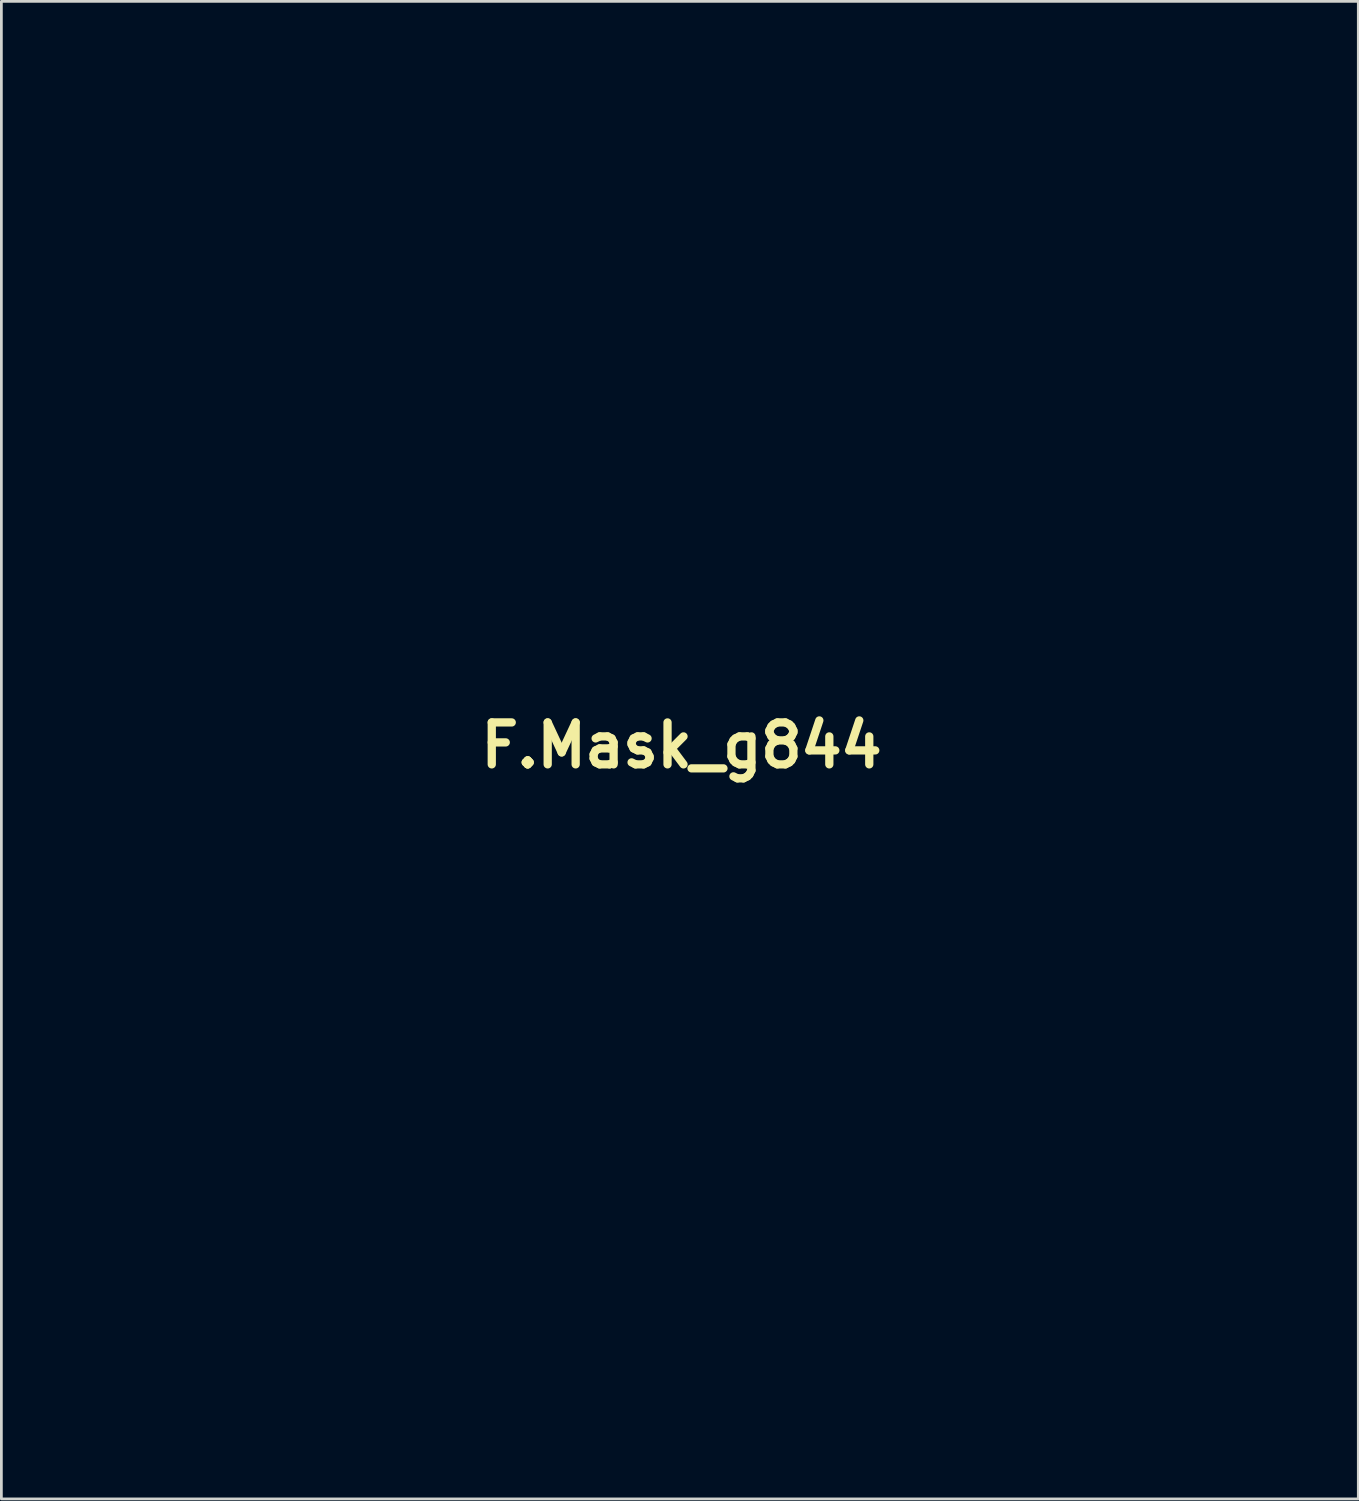
<source format=kicad_pcb>
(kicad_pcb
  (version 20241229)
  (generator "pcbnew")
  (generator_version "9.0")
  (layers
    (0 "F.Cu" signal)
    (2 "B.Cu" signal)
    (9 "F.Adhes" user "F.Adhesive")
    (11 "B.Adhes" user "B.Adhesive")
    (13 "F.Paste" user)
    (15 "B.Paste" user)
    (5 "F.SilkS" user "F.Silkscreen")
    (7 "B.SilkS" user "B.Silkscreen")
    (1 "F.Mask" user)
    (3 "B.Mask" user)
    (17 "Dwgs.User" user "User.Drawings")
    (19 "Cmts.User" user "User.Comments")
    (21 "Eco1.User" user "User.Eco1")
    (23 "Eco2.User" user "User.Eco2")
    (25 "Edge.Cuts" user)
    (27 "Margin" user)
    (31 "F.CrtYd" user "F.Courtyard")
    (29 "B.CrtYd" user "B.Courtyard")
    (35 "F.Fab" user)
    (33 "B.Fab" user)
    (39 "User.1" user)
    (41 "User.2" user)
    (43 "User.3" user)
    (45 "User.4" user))
  (footprint "F.Mask_g844"
    (layer "F.Cu")
    (at 21.712 24.033)
    (property "Reference" "F.Mask_g844" (at 0 0 0) (layer "F.SilkS") (effects (font (size 1.524 1.524) (thickness 0.3))))
    (attr through_hole)
    (fp_poly (pts (xy 0.315 8.222) (xy 0.333 8.241) (xy 0.374 8.289) (xy 0.436 8.362) (xy 0.515 8.458) (xy 0.609 8.571) (xy 0.714 8.699) (xy 0.828 8.838) (xy 0.842 8.855) (xy 1.348 9.475) (xy 1.544 10.547) (xy 1.581 10.755) (xy 1.617 10.95) (xy 1.648 11.129) (xy 1.676 11.288) (xy 1.699 11.422) (xy 1.716 11.528) (xy 1.728 11.602) (xy 1.732 11.639) (xy 1.732 11.642) (xy 1.719 11.63) (xy 1.684 11.586) (xy 1.63 11.513) (xy 1.558 11.415) (xy 1.472 11.295) (xy 1.373 11.155) (xy 1.263 10.999) (xy 1.145 10.83) (xy 1.096 10.759) (xy 0.469 9.852) (xy 0.393 9.101) (xy 0.375 8.924) (xy 0.358 8.758) (xy 0.342 8.609) (xy 0.329 8.48) (xy 0.317 8.379) (xy 0.309 8.309) (xy 0.305 8.279) (xy 0.302 8.232) (xy 0.313 8.221) (xy 0.315 8.222)) (stroke (width 0.01) (type solid)) (fill yes) (layer "F.Mask"))
    (fp_poly (pts (xy 0.905 7.702) (xy 0.974 7.707) (xy 1.07 7.716) (xy 1.197 7.728) (xy 1.357 7.743) (xy 1.554 7.764) (xy 1.65 7.774) (xy 2.464 7.858) (xy 3.354 8.472) (xy 3.527 8.592) (xy 3.69 8.705) (xy 3.839 8.808) (xy 3.971 8.9) (xy 4.083 8.978) (xy 4.171 9.039) (xy 4.231 9.081) (xy 4.262 9.103) (xy 4.264 9.105) (xy 4.27 9.113) (xy 4.262 9.118) (xy 4.239 9.119) (xy 4.196 9.115) (xy 4.133 9.107) (xy 4.045 9.093) (xy 3.93 9.074) (xy 3.784 9.049) (xy 3.606 9.017) (xy 3.392 8.978) (xy 3.14 8.931) (xy 3.123 8.928) (xy 2.086 8.737) (xy 1.461 8.228) (xy 1.321 8.114) (xy 1.192 8.008) (xy 1.076 7.914) (xy 0.978 7.835) (xy 0.902 7.773) (xy 0.851 7.731) (xy 0.828 7.712) (xy 0.827 7.712) (xy 0.824 7.706) (xy 0.833 7.702) (xy 0.859 7.701) (xy 0.905 7.702)) (stroke (width 0.01) (type solid)) (fill yes) (layer "F.Mask"))
    (fp_poly (pts (xy -1.831 3.011) (xy -1.824 3.019) (xy -1.81 3.04) (xy -1.774 3.093) (xy -1.718 3.174) (xy -1.645 3.279) (xy -1.557 3.406) (xy -1.457 3.551) (xy -1.347 3.71) (xy -1.229 3.88) (xy -1.197 3.927) (xy -0.584 4.813) (xy -0.504 5.587) (xy -0.482 5.798) (xy -0.465 5.971) (xy -0.451 6.109) (xy -0.44 6.217) (xy -0.433 6.298) (xy -0.429 6.355) (xy -0.427 6.394) (xy -0.427 6.417) (xy -0.429 6.429) (xy -0.433 6.433) (xy -0.439 6.433) (xy -0.439 6.433) (xy -0.456 6.417) (xy -0.496 6.371) (xy -0.556 6.3) (xy -0.634 6.206) (xy -0.727 6.094) (xy -0.831 5.967) (xy -0.943 5.829) (xy -0.96 5.808) (xy -1.464 5.184) (xy -1.662 4.1) (xy -1.699 3.892) (xy -1.734 3.696) (xy -1.766 3.517) (xy -1.793 3.359) (xy -1.816 3.225) (xy -1.834 3.12) (xy -1.845 3.047) (xy -1.849 3.01) (xy -1.849 3.006) (xy -1.831 3.011)) (stroke (width 0.01) (type solid)) (fill yes) (layer "F.Mask"))
    (fp_poly (pts (xy -0.428 8.249) (xy -0.429 8.278) (xy -0.434 8.344) (xy -0.443 8.443) (xy -0.454 8.569) (xy -0.468 8.717) (xy -0.485 8.883) (xy -0.503 9.061) (xy -0.504 9.07) (xy -0.585 9.853) (xy -1.208 10.757) (xy -1.355 10.969) (xy -1.479 11.149) (xy -1.583 11.297) (xy -1.667 11.417) (xy -1.735 11.511) (xy -1.786 11.58) (xy -1.823 11.627) (xy -1.847 11.654) (xy -1.859 11.664) (xy -1.862 11.658) (xy -1.857 11.616) (xy -1.844 11.539) (xy -1.825 11.432) (xy -1.802 11.3) (xy -1.774 11.148) (xy -1.742 10.98) (xy -1.708 10.8) (xy -1.673 10.615) (xy -1.637 10.428) (xy -1.601 10.244) (xy -1.567 10.068) (xy -1.535 9.905) (xy -1.506 9.76) (xy -1.48 9.637) (xy -1.46 9.54) (xy -1.446 9.476) (xy -1.438 9.448) (xy -1.437 9.447) (xy -1.418 9.422) (xy -1.374 9.368) (xy -1.31 9.288) (xy -1.229 9.188) (xy -1.135 9.071) (xy -1.029 8.941) (xy -0.921 8.808) (xy -0.779 8.635) (xy -0.66 8.493) (xy -0.566 8.383) (xy -0.495 8.304) (xy -0.45 8.259) (xy -0.429 8.247) (xy -0.428 8.249)) (stroke (width 0.01) (type solid)) (fill yes) (layer "F.Mask"))
    (fp_poly (pts (xy -4.376 5.536) (xy -4.317 5.545) (xy -4.223 5.561) (xy -4.1 5.582) (xy -3.951 5.608) (xy -3.779 5.639) (xy -3.589 5.673) (xy -3.385 5.709) (xy -3.297 5.726) (xy -2.203 5.925) (xy -1.625 6.394) (xy -1.488 6.505) (xy -1.36 6.61) (xy -1.244 6.705) (xy -1.146 6.787) (xy -1.068 6.851) (xy -1.016 6.895) (xy -0.995 6.914) (xy -0.943 6.964) (xy -1.027 6.961) (xy -1.068 6.958) (xy -1.145 6.952) (xy -1.253 6.942) (xy -1.387 6.928) (xy -1.541 6.913) (xy -1.709 6.896) (xy -1.845 6.882) (xy -2.041 6.861) (xy -2.198 6.844) (xy -2.323 6.83) (xy -2.42 6.818) (xy -2.493 6.807) (xy -2.547 6.796) (xy -2.587 6.786) (xy -2.617 6.774) (xy -2.642 6.76) (xy -2.667 6.743) (xy -2.671 6.741) (xy -2.707 6.716) (xy -2.774 6.669) (xy -2.867 6.604) (xy -2.984 6.523) (xy -3.12 6.429) (xy -3.271 6.324) (xy -3.434 6.212) (xy -3.583 6.109) (xy -3.749 5.994) (xy -3.902 5.887) (xy -4.041 5.79) (xy -4.162 5.705) (xy -4.262 5.634) (xy -4.336 5.58) (xy -4.383 5.546) (xy -4.398 5.534) (xy -4.376 5.536)) (stroke (width 0.01) (type solid)) (fill yes) (layer "F.Mask"))
    (fp_poly (pts (xy -0.955 7.704) (xy -0.953 7.705) (xy -0.968 7.72) (xy -1.012 7.758) (xy -1.081 7.816) (xy -1.169 7.89) (xy -1.273 7.976) (xy -1.388 8.071) (xy -1.51 8.171) (xy -1.634 8.273) (xy -1.756 8.373) (xy -1.872 8.467) (xy -1.978 8.553) (xy -2.069 8.626) (xy -2.14 8.683) (xy -2.188 8.72) (xy -2.192 8.723) (xy -2.216 8.73) (xy -2.277 8.743) (xy -2.369 8.762) (xy -2.49 8.785) (xy -2.632 8.813) (xy -2.793 8.843) (xy -2.966 8.876) (xy -3.147 8.909) (xy -3.332 8.943) (xy -3.515 8.977) (xy -3.691 9.009) (xy -3.857 9.039) (xy -4.007 9.066) (xy -4.136 9.088) (xy -4.239 9.106) (xy -4.312 9.118) (xy -4.35 9.123) (xy -4.353 9.123) (xy -4.376 9.115) (xy -4.37 9.103) (xy -4.349 9.087) (xy -4.297 9.05) (xy -4.216 8.993) (xy -4.111 8.92) (xy -3.985 8.832) (xy -3.84 8.731) (xy -3.681 8.621) (xy -3.511 8.503) (xy -3.465 8.471) (xy -2.58 7.859) (xy -2.216 7.821) (xy -2.074 7.807) (xy -1.905 7.789) (xy -1.723 7.771) (xy -1.544 7.752) (xy -1.402 7.738) (xy -1.27 7.725) (xy -1.153 7.714) (xy -1.057 7.707) (xy -0.989 7.704) (xy -0.955 7.704)) (stroke (width 0.01) (type solid)) (fill yes) (layer "F.Mask"))
    (fp_poly (pts (xy 4.274 5.537) (xy 4.277 5.538) (xy 4.281 5.539) (xy 4.282 5.541) (xy 4.278 5.546) (xy 4.266 5.556) (xy 4.244 5.572) (xy 4.208 5.598) (xy 4.157 5.634) (xy 4.086 5.683) (xy 3.995 5.747) (xy 3.879 5.827) (xy 3.736 5.926) (xy 3.564 6.045) (xy 3.365 6.182) (xy 2.466 6.804) (xy 1.704 6.883) (xy 1.526 6.901) (xy 1.36 6.918) (xy 1.21 6.933) (xy 1.081 6.946) (xy 0.98 6.955) (xy 0.91 6.961) (xy 0.879 6.963) (xy 0.838 6.961) (xy 0.834 6.95) (xy 0.847 6.935) (xy 0.87 6.916) (xy 0.921 6.874) (xy 0.998 6.812) (xy 1.095 6.733) (xy 1.208 6.64) (xy 1.335 6.537) (xy 1.47 6.428) (xy 1.609 6.315) (xy 1.749 6.201) (xy 1.885 6.091) (xy 2.004 5.995) (xy 2.025 5.979) (xy 2.045 5.965) (xy 2.07 5.952) (xy 2.102 5.939) (xy 2.146 5.926) (xy 2.204 5.911) (xy 2.281 5.894) (xy 2.38 5.874) (xy 2.504 5.85) (xy 2.658 5.821) (xy 2.844 5.787) (xy 3.067 5.746) (xy 3.179 5.726) (xy 3.388 5.688) (xy 3.583 5.653) (xy 3.763 5.621) (xy 3.921 5.594) (xy 4.055 5.571) (xy 4.16 5.553) (xy 4.233 5.542) (xy 4.27 5.537) (xy 4.274 5.537)) (stroke (width 0.01) (type solid)) (fill yes) (layer "F.Mask"))
    (fp_poly (pts (xy 1.729 3.048) (xy 1.72 3.111) (xy 1.705 3.207) (xy 1.684 3.329) (xy 1.659 3.474) (xy 1.63 3.636) (xy 1.599 3.811) (xy 1.565 3.994) (xy 1.531 4.18) (xy 1.497 4.365) (xy 1.463 4.543) (xy 1.431 4.709) (xy 1.402 4.86) (xy 1.376 4.989) (xy 1.355 5.093) (xy 1.338 5.166) (xy 1.328 5.204) (xy 1.326 5.208) (xy 1.297 5.246) (xy 1.247 5.31) (xy 1.179 5.394) (xy 1.098 5.495) (xy 1.006 5.608) (xy 0.908 5.728) (xy 0.806 5.851) (xy 0.706 5.973) (xy 0.609 6.089) (xy 0.521 6.195) (xy 0.444 6.287) (xy 0.381 6.361) (xy 0.338 6.411) (xy 0.317 6.434) (xy 0.315 6.435) (xy 0.307 6.416) (xy 0.308 6.372) (xy 0.309 6.366) (xy 0.313 6.329) (xy 0.321 6.255) (xy 0.332 6.15) (xy 0.346 6.02) (xy 0.361 5.868) (xy 0.379 5.701) (xy 0.393 5.558) (xy 0.411 5.385) (xy 0.428 5.225) (xy 0.444 5.083) (xy 0.457 4.964) (xy 0.469 4.874) (xy 0.477 4.816) (xy 0.481 4.796) (xy 0.51 4.751) (xy 0.557 4.68) (xy 0.622 4.585) (xy 0.7 4.471) (xy 0.79 4.342) (xy 0.887 4.202) (xy 0.991 4.054) (xy 1.097 3.902) (xy 1.203 3.751) (xy 1.307 3.604) (xy 1.406 3.465) (xy 1.496 3.338) (xy 1.576 3.228) (xy 1.641 3.137) (xy 1.691 3.07) (xy 1.721 3.03) (xy 1.73 3.021) (xy 1.729 3.048)) (stroke (width 0.01) (type solid)) (fill yes) (layer "F.Mask"))
    (fp_poly (pts (xy 2.001 11.48) (xy 2.057 11.497) (xy 2.14 11.524) (xy 2.247 11.56) (xy 2.371 11.603) (xy 2.45 11.63) (xy 2.913 11.793) (xy 3.173 13.797) (xy 3.21 14.084) (xy 3.246 14.359) (xy 3.28 14.62) (xy 3.312 14.864) (xy 3.341 15.087) (xy 3.368 15.287) (xy 3.391 15.461) (xy 3.41 15.605) (xy 3.425 15.718) (xy 3.436 15.795) (xy 3.442 15.834) (xy 3.443 15.838) (xy 3.443 15.869) (xy 3.436 15.875) (xy 3.42 15.859) (xy 3.381 15.811) (xy 3.32 15.734) (xy 3.238 15.631) (xy 3.138 15.503) (xy 3.021 15.353) (xy 2.889 15.183) (xy 2.743 14.995) (xy 2.586 14.792) (xy 2.42 14.577) (xy 2.401 14.552) (xy 2.879 14.552) (xy 2.889 14.563) (xy 2.9 14.552) (xy 2.889 14.541) (xy 2.879 14.552) (xy 2.401 14.552) (xy 2.245 14.35) (xy 2.169 14.252) (xy 1.992 14.021) (xy 1.823 13.8) (xy 1.662 13.59) (xy 1.513 13.394) (xy 1.377 13.215) (xy 1.256 13.054) (xy 1.151 12.914) (xy 1.064 12.798) (xy 0.997 12.707) (xy 0.951 12.643) (xy 0.929 12.61) (xy 0.927 12.606) (xy 0.938 12.581) (xy 0.964 12.524) (xy 1.003 12.44) (xy 1.053 12.335) (xy 1.11 12.216) (xy 1.139 12.155) (xy 1.208 12.012) (xy 1.262 11.903) (xy 1.303 11.827) (xy 1.332 11.779) (xy 1.352 11.756) (xy 1.365 11.755) (xy 1.367 11.757) (xy 1.38 11.78) (xy 1.412 11.838) (xy 1.461 11.926) (xy 1.525 12.043) (xy 1.602 12.186) (xy 1.691 12.35) (xy 1.791 12.534) (xy 1.899 12.735) (xy 2.015 12.948) (xy 2.127 13.157) (xy 2.247 13.379) (xy 2.361 13.589) (xy 2.467 13.785) (xy 2.565 13.963) (xy 2.652 14.121) (xy 2.726 14.256) (xy 2.787 14.365) (xy 2.833 14.445) (xy 2.861 14.494) (xy 2.871 14.508) (xy 2.866 14.485) (xy 2.85 14.425) (xy 2.823 14.331) (xy 2.787 14.205) (xy 2.743 14.052) (xy 2.69 13.875) (xy 2.631 13.676) (xy 2.567 13.459) (xy 2.498 13.227) (xy 2.425 12.986) (xy 2.352 12.743) (xy 2.283 12.512) (xy 2.219 12.296) (xy 2.16 12.098) (xy 2.108 11.922) (xy 2.064 11.771) (xy 2.028 11.647) (xy 2.001 11.555) (xy 1.985 11.496) (xy 1.98 11.475) (xy 1.98 11.475) (xy 2.001 11.48)) (stroke (width 0.01) (type solid)) (fill yes) (layer "F.Mask"))
    (fp_poly (pts (xy -2.106 11.502) (xy -2.122 11.56) (xy -2.148 11.653) (xy -2.183 11.777) (xy -2.227 11.929) (xy -2.279 12.105) (xy -2.338 12.303) (xy -2.402 12.52) (xy -2.471 12.752) (xy -2.544 12.996) (xy -2.548 13.009) (xy -2.621 13.254) (xy -2.691 13.486) (xy -2.755 13.703) (xy -2.814 13.902) (xy -2.867 14.08) (xy -2.912 14.233) (xy -2.948 14.358) (xy -2.975 14.452) (xy -2.992 14.513) (xy -2.997 14.536) (xy -2.997 14.536) (xy -2.986 14.519) (xy -2.957 14.467) (xy -2.911 14.384) (xy -2.85 14.273) (xy -2.775 14.136) (xy -2.687 13.976) (xy -2.59 13.796) (xy -2.483 13.6) (xy -2.37 13.389) (xy -2.264 13.193) (xy -2.144 12.97) (xy -2.029 12.757) (xy -1.921 12.557) (xy -1.822 12.374) (xy -1.733 12.209) (xy -1.656 12.066) (xy -1.592 11.949) (xy -1.544 11.861) (xy -1.513 11.804) (xy -1.501 11.782) (xy -1.464 11.722) (xy -1.26 12.142) (xy -1.199 12.267) (xy -1.146 12.381) (xy -1.102 12.478) (xy -1.07 12.552) (xy -1.054 12.596) (xy -1.052 12.605) (xy -1.064 12.629) (xy -1.102 12.685) (xy -1.163 12.772) (xy -1.249 12.889) (xy -1.356 13.034) (xy -1.486 13.206) (xy -1.635 13.404) (xy -1.805 13.627) (xy -1.993 13.873) (xy -2.199 14.142) (xy -2.262 14.224) (xy -2.438 14.452) (xy -2.607 14.671) (xy -2.767 14.879) (xy -2.916 15.072) (xy -3.054 15.25) (xy -3.177 15.409) (xy -3.284 15.547) (xy -3.373 15.661) (xy -3.442 15.75) (xy -3.49 15.811) (xy -3.514 15.84) (xy -3.516 15.843) (xy -3.545 15.868) (xy -3.555 15.86) (xy -3.556 15.853) (xy -3.553 15.823) (xy -3.545 15.755) (xy -3.532 15.653) (xy -3.515 15.52) (xy -3.495 15.36) (xy -3.471 15.176) (xy -3.445 14.971) (xy -3.416 14.751) (xy -3.393 14.573) (xy -3.027 14.573) (xy -3.016 14.584) (xy -3.006 14.573) (xy -3.016 14.563) (xy -3.027 14.573) (xy -3.393 14.573) (xy -3.386 14.516) (xy -3.353 14.273) (xy -3.321 14.022) (xy -3.287 13.77) (xy -3.254 13.518) (xy -3.221 13.27) (xy -3.189 13.03) (xy -3.158 12.801) (xy -3.129 12.587) (xy -3.103 12.391) (xy -3.079 12.217) (xy -3.059 12.069) (xy -3.042 11.949) (xy -3.03 11.861) (xy -3.022 11.809) (xy -3.019 11.796) (xy -2.995 11.785) (xy -2.939 11.763) (xy -2.857 11.733) (xy -2.756 11.697) (xy -2.644 11.657) (xy -2.527 11.617) (xy -2.411 11.578) (xy -2.305 11.542) (xy -2.214 11.513) (xy -2.146 11.492) (xy -2.107 11.481) (xy -2.101 11.481) (xy -2.106 11.502)) (stroke (width 0.01) (type solid)) (fill yes) (layer "F.Mask"))
    (fp_poly (pts (xy 3.437 -1.004) (xy 3.437 -1.001) (xy 3.437 -0.996) (xy 3.437 -0.993) (xy 3.437 -0.993) (xy 3.435 -0.972) (xy 3.428 -0.912) (xy 3.417 -0.817) (xy 3.401 -0.691) (xy 3.382 -0.537) (xy 3.359 -0.358) (xy 3.334 -0.158) (xy 3.307 0.059) (xy 3.277 0.29) (xy 3.246 0.532) (xy 3.214 0.781) (xy 3.182 1.033) (xy 3.149 1.285) (xy 3.117 1.534) (xy 3.086 1.776) (xy 3.056 2.008) (xy 3.027 2.225) (xy 3.001 2.425) (xy 2.978 2.604) (xy 2.957 2.759) (xy 2.94 2.886) (xy 2.927 2.981) (xy 2.919 3.042) (xy 2.918 3.045) (xy 2.912 3.063) (xy 2.896 3.08) (xy 2.866 3.099) (xy 2.816 3.122) (xy 2.742 3.152) (xy 2.639 3.19) (xy 2.501 3.239) (xy 2.466 3.251) (xy 2.336 3.297) (xy 2.218 3.337) (xy 2.12 3.37) (xy 2.046 3.394) (xy 2.003 3.406) (xy 1.996 3.408) (xy 1.981 3.395) (xy 1.989 3.354) (xy 1.99 3.35) (xy 2.007 3.297) (xy 2.033 3.211) (xy 2.068 3.096) (xy 2.111 2.955) (xy 2.16 2.792) (xy 2.214 2.612) (xy 2.272 2.417) (xy 2.333 2.212) (xy 2.396 2.001) (xy 2.459 1.788) (xy 2.522 1.576) (xy 2.583 1.369) (xy 2.641 1.171) (xy 2.696 0.987) (xy 2.745 0.819) (xy 2.787 0.672) (xy 2.823 0.55) (xy 2.85 0.456) (xy 2.867 0.394) (xy 2.873 0.369) (xy 2.873 0.368) (xy 2.862 0.385) (xy 2.833 0.437) (xy 2.786 0.519) (xy 2.725 0.631) (xy 2.649 0.769) (xy 2.562 0.929) (xy 2.464 1.11) (xy 2.357 1.307) (xy 2.242 1.52) (xy 2.122 1.743) (xy 2.115 1.756) (xy 1.994 1.981) (xy 1.879 2.194) (xy 1.771 2.394) (xy 1.673 2.576) (xy 1.584 2.739) (xy 1.508 2.879) (xy 1.445 2.993) (xy 1.397 3.079) (xy 1.366 3.133) (xy 1.354 3.153) (xy 1.354 3.153) (xy 1.342 3.135) (xy 1.314 3.084) (xy 1.274 3.006) (xy 1.223 2.905) (xy 1.165 2.787) (xy 1.128 2.71) (xy 0.914 2.266) (xy 2.164 0.641) (xy 2.373 0.368) (xy 2.404 0.328) (xy 2.879 0.328) (xy 2.889 0.339) (xy 2.9 0.328) (xy 2.889 0.318) (xy 2.879 0.328) (xy 2.404 0.328) (xy 2.559 0.127) (xy 2.722 -0.085) (xy 2.863 -0.269) (xy 2.984 -0.427) (xy 3.087 -0.561) (xy 3.174 -0.672) (xy 3.245 -0.764) (xy 3.302 -0.838) (xy 3.346 -0.895) (xy 3.38 -0.938) (xy 3.404 -0.968) (xy 3.421 -0.988) (xy 3.431 -0.999) (xy 3.436 -1.004) (xy 3.437 -1.004)) (stroke (width 0.01) (type solid)) (fill yes) (layer "F.Mask"))
    (fp_poly (pts (xy 8.373 3.955) (xy 8.373 3.956) (xy 8.353 3.975) (xy 8.301 4.017) (xy 8.223 4.08) (xy 8.118 4.162) (xy 7.992 4.26) (xy 7.846 4.374) (xy 7.684 4.499) (xy 7.507 4.635) (xy 7.32 4.78) (xy 7.124 4.93) (xy 6.924 5.084) (xy 6.72 5.239) (xy 6.517 5.394) (xy 6.317 5.547) (xy 6.123 5.694) (xy 5.938 5.835) (xy 5.765 5.966) (xy 5.606 6.086) (xy 5.464 6.192) (xy 5.342 6.283) (xy 5.244 6.356) (xy 5.171 6.409) (xy 5.126 6.44) (xy 5.114 6.448) (xy 5.082 6.44) (xy 5.019 6.417) (xy 4.931 6.379) (xy 4.823 6.331) (xy 4.702 6.274) (xy 4.651 6.249) (xy 4.53 6.189) (xy 4.422 6.135) (xy 4.334 6.09) (xy 4.27 6.056) (xy 4.237 6.037) (xy 4.234 6.033) (xy 4.252 6.022) (xy 4.305 5.992) (xy 4.389 5.945) (xy 4.502 5.882) (xy 4.641 5.807) (xy 4.802 5.718) (xy 4.984 5.62) (xy 5.183 5.512) (xy 5.397 5.396) (xy 5.622 5.275) (xy 5.65 5.26) (xy 5.876 5.138) (xy 6.091 5.022) (xy 6.292 4.914) (xy 6.475 4.815) (xy 6.639 4.726) (xy 6.78 4.649) (xy 6.896 4.586) (xy 6.983 4.538) (xy 7.039 4.507) (xy 7.061 4.494) (xy 7.062 4.493) (xy 7.041 4.499) (xy 6.983 4.515) (xy 6.891 4.542) (xy 6.768 4.578) (xy 6.616 4.623) (xy 6.44 4.675) (xy 6.242 4.734) (xy 6.025 4.799) (xy 5.793 4.868) (xy 5.548 4.942) (xy 5.518 4.951) (xy 5.198 5.046) (xy 4.914 5.131) (xy 4.666 5.203) (xy 4.456 5.264) (xy 4.283 5.313) (xy 4.148 5.35) (xy 4.053 5.374) (xy 3.996 5.386) (xy 3.979 5.386) (xy 3.986 5.358) (xy 4.005 5.299) (xy 4.033 5.214) (xy 4.067 5.111) (xy 4.106 4.997) (xy 4.147 4.879) (xy 4.188 4.765) (xy 4.225 4.661) (xy 4.257 4.575) (xy 4.28 4.514) (xy 4.293 4.485) (xy 4.294 4.484) (xy 4.316 4.479) (xy 4.332 4.477) (xy 7.091 4.477) (xy 7.101 4.487) (xy 7.112 4.477) (xy 7.101 4.466) (xy 7.091 4.477) (xy 4.332 4.477) (xy 4.378 4.469) (xy 4.476 4.455) (xy 4.607 4.437) (xy 4.768 4.415) (xy 4.956 4.389) (xy 5.169 4.36) (xy 5.404 4.329) (xy 5.657 4.295) (xy 5.926 4.26) (xy 6.208 4.223) (xy 6.287 4.213) (xy 6.572 4.176) (xy 6.847 4.14) (xy 7.108 4.106) (xy 7.351 4.075) (xy 7.575 4.045) (xy 7.775 4.019) (xy 7.949 3.996) (xy 8.094 3.977) (xy 8.206 3.962) (xy 8.284 3.951) (xy 8.323 3.945) (xy 8.326 3.945) (xy 8.368 3.941) (xy 8.373 3.955)) (stroke (width 0.01) (type solid)) (fill yes) (layer "F.Mask"))
    (fp_poly (pts (xy -5.236 8.44) (xy -5.18 8.459) (xy -5.099 8.491) (xy -5.002 8.533) (xy -4.893 8.582) (xy -4.779 8.635) (xy -4.668 8.688) (xy -4.565 8.739) (xy -4.477 8.784) (xy -4.411 8.821) (xy -4.373 8.847) (xy -4.367 8.856) (xy -4.386 8.869) (xy -4.439 8.9) (xy -4.525 8.948) (xy -4.638 9.012) (xy -4.778 9.089) (xy -4.94 9.178) (xy -5.122 9.277) (xy -5.321 9.385) (xy -5.535 9.501) (xy -5.759 9.622) (xy -5.772 9.629) (xy -5.997 9.75) (xy -6.21 9.865) (xy -6.409 9.973) (xy -6.591 10.072) (xy -6.753 10.16) (xy -6.893 10.236) (xy -7.007 10.298) (xy -7.092 10.345) (xy -7.146 10.376) (xy -7.166 10.388) (xy -7.166 10.388) (xy -7.145 10.383) (xy -7.087 10.367) (xy -6.995 10.34) (xy -6.872 10.304) (xy -6.72 10.259) (xy -6.544 10.207) (xy -6.346 10.149) (xy -6.13 10.084) (xy -5.898 10.015) (xy -5.654 9.942) (xy -5.632 9.936) (xy -5.387 9.863) (xy -5.154 9.793) (xy -4.936 9.729) (xy -4.736 9.67) (xy -4.557 9.617) (xy -4.403 9.573) (xy -4.276 9.536) (xy -4.181 9.51) (xy -4.119 9.493) (xy -4.095 9.488) (xy -4.094 9.488) (xy -4.099 9.509) (xy -4.115 9.563) (xy -4.141 9.643) (xy -4.174 9.742) (xy -4.212 9.854) (xy -4.252 9.971) (xy -4.292 10.087) (xy -4.33 10.195) (xy -4.364 10.288) (xy -4.39 10.358) (xy -4.407 10.4) (xy -4.411 10.409) (xy -4.433 10.412) (xy -4.492 10.421) (xy -4.587 10.434) (xy -4.713 10.451) (xy -4.867 10.471) (xy -5.046 10.495) (xy -5.246 10.522) (xy -5.463 10.551) (xy -5.695 10.582) (xy -5.936 10.613) (xy -6.185 10.646) (xy -6.438 10.68) (xy -6.69 10.713) (xy -6.939 10.745) (xy -7.181 10.777) (xy -7.413 10.807) (xy -7.631 10.836) (xy -7.831 10.862) (xy -8.011 10.885) (xy -8.166 10.905) (xy -8.293 10.921) (xy -8.389 10.933) (xy -8.45 10.941) (xy -8.472 10.943) (xy -8.487 10.928) (xy -8.487 10.927) (xy -8.47 10.913) (xy -8.423 10.875) (xy -8.348 10.816) (xy -8.247 10.738) (xy -8.125 10.642) (xy -7.982 10.531) (xy -7.823 10.408) (xy -7.818 10.403) (xy -7.218 10.403) (xy -7.207 10.414) (xy -7.197 10.403) (xy -7.207 10.393) (xy -7.218 10.403) (xy -7.818 10.403) (xy -7.65 10.273) (xy -7.466 10.131) (xy -7.273 9.982) (xy -7.075 9.828) (xy -6.874 9.673) (xy -6.672 9.518) (xy -6.474 9.365) (xy -6.281 9.216) (xy -6.097 9.074) (xy -5.924 8.941) (xy -5.764 8.818) (xy -5.622 8.709) (xy -5.499 8.615) (xy -5.398 8.538) (xy -5.323 8.481) (xy -5.275 8.446) (xy -5.262 8.437) (xy -5.236 8.44)) (stroke (width 0.01) (type solid)) (fill yes) (layer "F.Mask"))
    (fp_poly (pts (xy -8.432 3.945) (xy -8.404 3.949) (xy -8.338 3.958) (xy -8.237 3.972) (xy -8.105 3.989) (xy -7.945 4.011) (xy -7.762 4.035) (xy -7.559 4.061) (xy -7.338 4.09) (xy -7.105 4.121) (xy -6.861 4.153) (xy -6.612 4.185) (xy -6.36 4.218) (xy -6.109 4.251) (xy -5.863 4.283) (xy -5.624 4.314) (xy -5.398 4.343) (xy -5.186 4.37) (xy -4.993 4.395) (xy -4.823 4.417) (xy -4.679 4.435) (xy -4.564 4.45) (xy -4.481 4.46) (xy -4.436 4.465) (xy -4.428 4.466) (xy -4.416 4.485) (xy -4.392 4.539) (xy -4.359 4.62) (xy -4.32 4.725) (xy -4.276 4.846) (xy -4.259 4.895) (xy -4.214 5.024) (xy -4.173 5.141) (xy -4.138 5.24) (xy -4.111 5.315) (xy -4.096 5.358) (xy -4.094 5.364) (xy -4.088 5.391) (xy -4.107 5.397) (xy -4.14 5.392) (xy -4.17 5.384) (xy -4.237 5.365) (xy -4.338 5.335) (xy -4.47 5.297) (xy -4.628 5.25) (xy -4.81 5.196) (xy -5.012 5.136) (xy -5.232 5.071) (xy -5.464 5.001) (xy -5.659 4.943) (xy -5.898 4.871) (xy -6.126 4.803) (xy -6.338 4.741) (xy -6.531 4.684) (xy -6.703 4.633) (xy -6.85 4.591) (xy -6.969 4.557) (xy -7.057 4.532) (xy -7.11 4.518) (xy -7.125 4.515) (xy -7.109 4.526) (xy -7.058 4.556) (xy -6.975 4.602) (xy -6.863 4.664) (xy -6.726 4.739) (xy -6.566 4.827) (xy -6.386 4.925) (xy -6.188 5.032) (xy -5.976 5.147) (xy -5.753 5.267) (xy -5.747 5.27) (xy -5.523 5.391) (xy -5.311 5.506) (xy -5.112 5.614) (xy -4.931 5.713) (xy -4.769 5.801) (xy -4.63 5.878) (xy -4.517 5.941) (xy -4.432 5.989) (xy -4.379 6.019) (xy -4.36 6.032) (xy -4.36 6.032) (xy -4.378 6.045) (xy -4.428 6.073) (xy -4.504 6.112) (xy -4.598 6.16) (xy -4.704 6.212) (xy -4.815 6.267) (xy -4.926 6.319) (xy -5.029 6.368) (xy -5.117 6.408) (xy -5.185 6.438) (xy -5.226 6.453) (xy -5.233 6.455) (xy -5.253 6.442) (xy -5.305 6.405) (xy -5.385 6.346) (xy -5.492 6.266) (xy -5.623 6.168) (xy -5.775 6.052) (xy -5.947 5.921) (xy -6.137 5.777) (xy -6.341 5.621) (xy -6.557 5.455) (xy -6.784 5.281) (xy -6.869 5.215) (xy -7.098 5.038) (xy -7.318 4.869) (xy -7.526 4.708) (xy -7.719 4.558) (xy -7.796 4.498) (xy -7.176 4.498) (xy -7.165 4.508) (xy -7.154 4.498) (xy -7.165 4.487) (xy -7.176 4.498) (xy -7.796 4.498) (xy -7.897 4.42) (xy -8.055 4.297) (xy -8.192 4.189) (xy -8.306 4.1) (xy -8.393 4.03) (xy -8.453 3.982) (xy -8.482 3.957) (xy -8.485 3.955) (xy -8.474 3.942) (xy -8.432 3.945)) (stroke (width 0.01) (type solid)) (fill yes) (layer "F.Mask"))
    (fp_poly (pts (xy 5.15 8.445) (xy 5.174 8.462) (xy 5.229 8.503) (xy 5.311 8.565) (xy 5.418 8.647) (xy 5.547 8.745) (xy 5.695 8.859) (xy 5.86 8.985) (xy 6.037 9.121) (xy 6.225 9.265) (xy 6.421 9.415) (xy 6.622 9.569) (xy 6.824 9.725) (xy 7.025 9.88) (xy 7.223 10.031) (xy 7.413 10.178) (xy 7.594 10.318) (xy 7.762 10.447) (xy 7.915 10.565) (xy 8.049 10.669) (xy 8.163 10.757) (xy 8.252 10.826) (xy 8.314 10.875) (xy 8.346 10.901) (xy 8.35 10.904) (xy 8.378 10.932) (xy 8.372 10.941) (xy 8.339 10.941) (xy 8.311 10.938) (xy 8.244 10.93) (xy 8.141 10.917) (xy 8.005 10.9) (xy 7.839 10.878) (xy 7.646 10.853) (xy 7.429 10.825) (xy 7.191 10.794) (xy 6.935 10.761) (xy 6.664 10.726) (xy 6.381 10.688) (xy 6.316 10.68) (xy 6.032 10.642) (xy 5.759 10.606) (xy 5.501 10.572) (xy 5.26 10.54) (xy 5.04 10.51) (xy 4.843 10.484) (xy 4.673 10.46) (xy 4.532 10.441) (xy 4.424 10.426) (xy 4.351 10.415) (xy 4.316 10.409) (xy 4.314 10.409) (xy 4.31 10.403) (xy 7.07 10.403) (xy 7.08 10.414) (xy 7.091 10.403) (xy 7.08 10.393) (xy 7.07 10.403) (xy 4.31 10.403) (xy 4.299 10.387) (xy 4.274 10.332) (xy 4.241 10.251) (xy 4.202 10.151) (xy 4.16 10.039) (xy 4.118 9.921) (xy 4.078 9.806) (xy 4.041 9.698) (xy 4.012 9.607) (xy 3.992 9.538) (xy 3.984 9.498) (xy 3.985 9.491) (xy 4.007 9.495) (xy 4.066 9.51) (xy 4.159 9.536) (xy 4.283 9.572) (xy 4.435 9.615) (xy 4.612 9.667) (xy 4.81 9.725) (xy 5.027 9.789) (xy 5.259 9.858) (xy 5.503 9.931) (xy 5.516 9.935) (xy 5.761 10.009) (xy 5.993 10.078) (xy 6.21 10.143) (xy 6.409 10.202) (xy 6.587 10.254) (xy 6.74 10.299) (xy 6.865 10.336) (xy 6.959 10.363) (xy 7.019 10.38) (xy 7.042 10.385) (xy 7.042 10.385) (xy 7.025 10.374) (xy 6.973 10.345) (xy 6.89 10.299) (xy 6.779 10.238) (xy 6.641 10.163) (xy 6.481 10.076) (xy 6.301 9.978) (xy 6.104 9.871) (xy 5.892 9.757) (xy 5.678 9.641) (xy 5.454 9.521) (xy 5.241 9.406) (xy 5.041 9.298) (xy 4.857 9.198) (xy 4.692 9.109) (xy 4.55 9.032) (xy 4.433 8.969) (xy 4.345 8.92) (xy 4.288 8.889) (xy 4.266 8.876) (xy 4.256 8.866) (xy 4.258 8.853) (xy 4.276 8.836) (xy 4.315 8.812) (xy 4.377 8.778) (xy 4.468 8.732) (xy 4.591 8.671) (xy 4.668 8.634) (xy 4.812 8.565) (xy 4.924 8.513) (xy 5.007 8.476) (xy 5.066 8.453) (xy 5.107 8.441) (xy 5.134 8.439) (xy 5.15 8.445)) (stroke (width 0.01) (type solid)) (fill yes) (layer "F.Mask"))
    (fp_poly (pts (xy -3.537 -0.965) (xy -3.5 -0.92) (xy -3.442 -0.847) (xy -3.364 -0.749) (xy -3.269 -0.629) (xy -3.159 -0.489) (xy -3.036 -0.331) (xy -2.903 -0.16) (xy -2.76 0.023) (xy -2.612 0.214) (xy -2.459 0.411) (xy -2.304 0.611) (xy -2.149 0.811) (xy -1.996 1.009) (xy -1.847 1.201) (xy -1.705 1.385) (xy -1.572 1.559) (xy -1.449 1.719) (xy -1.339 1.862) (xy -1.245 1.986) (xy -1.167 2.088) (xy -1.109 2.166) (xy -1.073 2.216) (xy -1.062 2.231) (xy -1.055 2.249) (xy -1.054 2.272) (xy -1.062 2.307) (xy -1.081 2.358) (xy -1.112 2.429) (xy -1.157 2.527) (xy -1.218 2.656) (xy -1.247 2.715) (xy -1.308 2.84) (xy -1.363 2.951) (xy -1.409 3.043) (xy -1.443 3.11) (xy -1.464 3.148) (xy -1.468 3.154) (xy -1.479 3.136) (xy -1.509 3.083) (xy -1.555 2.999) (xy -1.617 2.886) (xy -1.693 2.748) (xy -1.781 2.586) (xy -1.879 2.405) (xy -1.987 2.206) (xy -2.102 1.993) (xy -2.223 1.768) (xy -2.235 1.747) (xy -2.356 1.522) (xy -2.472 1.308) (xy -2.58 1.108) (xy -2.679 0.925) (xy -2.768 0.763) (xy -2.845 0.623) (xy -2.908 0.508) (xy -2.955 0.422) (xy -2.986 0.367) (xy -2.999 0.347) (xy -2.999 0.346) (xy -2.994 0.367) (xy -2.978 0.425) (xy -2.952 0.518) (xy -2.916 0.641) (xy -2.871 0.793) (xy -2.819 0.969) (xy -2.761 1.167) (xy -2.696 1.383) (xy -2.627 1.614) (xy -2.554 1.858) (xy -2.551 1.869) (xy -2.477 2.114) (xy -2.408 2.346) (xy -2.343 2.563) (xy -2.283 2.763) (xy -2.23 2.94) (xy -2.185 3.093) (xy -2.147 3.219) (xy -2.12 3.313) (xy -2.102 3.374) (xy -2.096 3.397) (xy -2.095 3.397) (xy -2.1 3.404) (xy -2.117 3.405) (xy -2.15 3.398) (xy -2.205 3.382) (xy -2.284 3.356) (xy -2.394 3.319) (xy -2.537 3.268) (xy -2.582 3.253) (xy -2.724 3.202) (xy -2.832 3.163) (xy -2.91 3.133) (xy -2.963 3.109) (xy -2.997 3.089) (xy -3.017 3.071) (xy -3.027 3.051) (xy -3.032 3.037) (xy -3.037 3.006) (xy -3.047 2.937) (xy -3.062 2.833) (xy -3.08 2.699) (xy -3.102 2.538) (xy -3.127 2.354) (xy -3.154 2.149) (xy -3.183 1.928) (xy -3.214 1.693) (xy -3.245 1.45) (xy -3.278 1.2) (xy -3.31 0.948) (xy -3.343 0.697) (xy -3.374 0.451) (xy -3.393 0.307) (xy -3.027 0.307) (xy -3.016 0.318) (xy -3.006 0.307) (xy -3.016 0.296) (xy -3.027 0.307) (xy -3.393 0.307) (xy -3.405 0.213) (xy -3.433 -0.014) (xy -3.46 -0.225) (xy -3.484 -0.417) (xy -3.505 -0.587) (xy -3.523 -0.73) (xy -3.537 -0.845) (xy -3.546 -0.926) (xy -3.55 -0.971) (xy -3.551 -0.979) (xy -3.537 -0.965)) (stroke (width 0.01) (type solid)) (fill yes) (layer "F.Mask"))
    (fp_poly (pts (xy 2.149 -23.982) (xy 2.333 -23.9) (xy 2.495 -23.789) (xy 2.631 -23.651) (xy 2.736 -23.492) (xy 2.805 -23.317) (xy 2.814 -23.282) (xy 2.818 -23.241) (xy 2.822 -23.159) (xy 2.825 -23.037) (xy 2.828 -22.877) (xy 2.831 -22.679) (xy 2.833 -22.446) (xy 2.834 -22.177) (xy 2.835 -21.875) (xy 2.836 -21.546) (xy 2.836 -19.904) (xy 3.709 -19.731) (xy 4.101 -19.652) (xy 4.457 -19.577) (xy 4.784 -19.504) (xy 5.091 -19.432) (xy 5.382 -19.358) (xy 5.666 -19.281) (xy 5.948 -19.198) (xy 6.236 -19.109) (xy 6.537 -19.012) (xy 6.802 -18.923) (xy 7.687 -18.599) (xy 8.555 -18.237) (xy 9.407 -17.835) (xy 10.241 -17.396) (xy 11.057 -16.919) (xy 11.854 -16.405) (xy 12.631 -15.853) (xy 13.388 -15.266) (xy 14.124 -14.642) (xy 14.245 -14.534) (xy 14.383 -14.407) (xy 14.543 -14.256) (xy 14.72 -14.085) (xy 14.906 -13.902) (xy 15.096 -13.713) (xy 15.284 -13.523) (xy 15.462 -13.339) (xy 15.626 -13.168) (xy 15.769 -13.015) (xy 15.834 -12.943) (xy 16.347 -12.351) (xy 16.848 -11.729) (xy 17.332 -11.085) (xy 17.791 -10.428) (xy 18.218 -9.768) (xy 18.431 -9.419) (xy 18.583 -9.157) (xy 18.745 -8.863) (xy 18.914 -8.548) (xy 19.084 -8.22) (xy 19.252 -7.888) (xy 19.412 -7.561) (xy 19.56 -7.247) (xy 19.691 -6.956) (xy 19.743 -6.837) (xy 20.11 -5.93) (xy 20.435 -5.017) (xy 20.72 -4.098) (xy 20.964 -3.17) (xy 21.169 -2.232) (xy 21.333 -1.281) (xy 21.459 -0.317) (xy 21.546 0.663) (xy 21.571 1.079) (xy 21.577 1.228) (xy 21.581 1.411) (xy 21.584 1.621) (xy 21.585 1.851) (xy 21.585 2.095) (xy 21.584 2.346) (xy 21.581 2.597) (xy 21.578 2.842) (xy 21.573 3.073) (xy 21.567 3.283) (xy 21.56 3.467) (xy 21.551 3.617) (xy 21.549 3.651) (xy 21.5 4.24) (xy 21.442 4.798) (xy 21.374 5.337) (xy 21.292 5.867) (xy 21.198 6.401) (xy 21.145 6.672) (xy 20.932 7.622) (xy 20.679 8.56) (xy 20.388 9.484) (xy 20.057 10.393) (xy 19.688 11.286) (xy 19.281 12.161) (xy 18.838 13.018) (xy 18.358 13.854) (xy 17.842 14.67) (xy 17.291 15.463) (xy 16.705 16.233) (xy 16.094 16.968) (xy 15.454 17.674) (xy 14.787 18.348) (xy 14.094 18.99) (xy 13.376 19.599) (xy 12.634 20.175) (xy 11.87 20.716) (xy 11.085 21.224) (xy 10.28 21.696) (xy 9.456 22.132) (xy 8.615 22.531) (xy 7.757 22.894) (xy 6.884 23.218) (xy 5.996 23.505) (xy 5.096 23.752) (xy 4.184 23.96) (xy 3.262 24.128) (xy 2.33 24.255) (xy 2.021 24.288) (xy 1.878 24.302) (xy 1.723 24.316) (xy 1.572 24.33) (xy 1.444 24.341) (xy 1.418 24.343) (xy 1.329 24.349) (xy 1.203 24.354) (xy 1.046 24.359) (xy 0.863 24.363) (xy 0.66 24.366) (xy 0.443 24.369) (xy 0.217 24.371) (xy -0.013 24.373) (xy -0.24 24.374) (xy -0.459 24.374) (xy -0.664 24.373) (xy -0.85 24.372) (xy -1.012 24.369) (xy -1.144 24.366) (xy -1.238 24.362) (xy -2.175 24.285) (xy -3.089 24.172) (xy -3.982 24.024) (xy -4.265 23.968) (xy -5.193 23.757) (xy -6.107 23.507) (xy -7.006 23.217) (xy -7.891 22.887) (xy -8.759 22.52) (xy -9.611 22.113) (xy -10.444 21.669) (xy -11.259 21.188) (xy -12.054 20.669) (xy -12.829 20.114) (xy -13.582 19.523) (xy -13.79 19.35) (xy -14.511 18.715) (xy -15.203 18.051) (xy -15.864 17.358) (xy -16.494 16.637) (xy -17.092 15.888) (xy -17.658 15.113) (xy -18.191 14.313) (xy -18.69 13.488) (xy -19.155 12.639) (xy -19.585 11.768) (xy -19.894 11.076) (xy -20.255 10.178) (xy -20.577 9.265) (xy -20.859 8.34) (xy -21.101 7.403) (xy -21.303 6.457) (xy -21.465 5.503) (xy -21.587 4.543) (xy -21.667 3.578) (xy -21.707 2.609) (xy -21.706 1.829) (xy -19.803 1.829) (xy -19.802 2.189) (xy -19.796 2.559) (xy -19.786 2.93) (xy -19.77 3.295) (xy -19.75 3.645) (xy -19.726 3.973) (xy -19.715 4.096) (xy -19.607 5.022) (xy -19.46 5.939) (xy -19.273 6.846) (xy -19.048 7.742) (xy -18.785 8.624) (xy -18.485 9.491) (xy -18.147 10.341) (xy -17.774 11.174) (xy -17.365 11.988) (xy -16.921 12.78) (xy -16.443 13.55) (xy -15.931 14.296) (xy -15.386 15.017) (xy -15.328 15.089) (xy -14.957 15.535) (xy -14.554 15.988) (xy -14.127 16.441) (xy -13.683 16.886) (xy -13.228 17.317) (xy -12.772 17.725) (xy -12.391 18.046) (xy -11.675 18.605) (xy -10.932 19.132) (xy -10.163 19.627) (xy -9.373 20.087) (xy -8.564 20.512) (xy -7.738 20.899) (xy -6.899 21.247) (xy -6.795 21.287) (xy -6.03 21.56) (xy -5.259 21.799) (xy -4.478 22.004) (xy -3.683 22.175) (xy -2.869 22.315) (xy -2.034 22.424) (xy -1.172 22.502) (xy -1.079 22.508) (xy -0.998 22.512) (xy -0.88 22.514) (xy -0.73 22.515) (xy -0.556 22.515) (xy -0.362 22.514) (xy -0.154 22.513) (xy 0.062 22.51) (xy 0.28 22.507) (xy 0.495 22.503) (xy 0.702 22.498) (xy 0.893 22.493) (xy 1.065 22.488) (xy 1.21 22.482) (xy 1.323 22.476) (xy 1.386 22.472) (xy 1.612 22.45) (xy 1.805 22.431) (xy 1.978 22.412) (xy 2.139 22.393) (xy 2.3 22.372) (xy 2.472 22.349) (xy 2.529 22.34) (xy 3.417 22.192) (xy 4.3 22.002) (xy 5.175 21.771) (xy 6.041 21.499) (xy 6.896 21.188) (xy 7.738 20.838) (xy 8.566 20.449) (xy 9.379 20.023) (xy 9.906 19.72) (xy 10.657 19.252) (xy 11.385 18.749) (xy 12.091 18.215) (xy 12.77 17.651) (xy 13.422 17.058) (xy 14.045 16.439) (xy 14.636 15.796) (xy 15.194 15.129) (xy 15.717 14.442) (xy 15.953 14.108) (xy 16.448 13.36) (xy 16.903 12.614) (xy 17.319 11.865) (xy 17.699 11.109) (xy 18.044 10.342) (xy 18.356 9.561) (xy 18.637 8.761) (xy 18.889 7.938) (xy 18.951 7.715) (xy 19.141 6.959) (xy 19.305 6.184) (xy 19.442 5.385) (xy 19.553 4.56) (xy 19.639 3.704) (xy 19.644 3.641) (xy 19.652 3.521) (xy 19.659 3.365) (xy 19.665 3.179) (xy 19.67 2.969) (xy 19.674 2.742) (xy 19.677 2.504) (xy 19.68 2.261) (xy 19.681 2.019) (xy 19.681 1.785) (xy 19.679 1.564) (xy 19.677 1.363) (xy 19.673 1.188) (xy 19.667 1.046) (xy 19.666 1.016) (xy 19.593 0.066) (xy 19.481 -0.868) (xy 19.329 -1.787) (xy 19.138 -2.691) (xy 18.909 -3.578) (xy 18.64 -4.45) (xy 18.332 -5.305) (xy 17.985 -6.144) (xy 17.599 -6.966) (xy 17.58 -7.003) (xy 17.297 -7.547) (xy 16.989 -8.097) (xy 16.662 -8.646) (xy 16.319 -9.186) (xy 15.965 -9.711) (xy 15.606 -10.214) (xy 15.245 -10.687) (xy 14.985 -11.007) (xy 14.593 -11.463) (xy 14.176 -11.919) (xy 13.747 -12.364) (xy 13.315 -12.787) (xy 13.058 -13.027) (xy 12.38 -13.619) (xy 11.675 -14.18) (xy 10.947 -14.708) (xy 10.197 -15.202) (xy 9.427 -15.661) (xy 8.639 -16.083) (xy 7.835 -16.468) (xy 7.017 -16.815) (xy 6.188 -17.121) (xy 6.091 -17.154) (xy 5.739 -17.272) (xy 5.182 -17.218) (xy 5.033 -17.204) (xy 4.897 -17.19) (xy 4.78 -17.178) (xy 4.689 -17.169) (xy 4.629 -17.162) (xy 4.606 -17.159) (xy 4.619 -17.144) (xy 4.662 -17.104) (xy 4.733 -17.039) (xy 4.829 -16.95) (xy 4.95 -16.841) (xy 5.093 -16.713) (xy 5.256 -16.567) (xy 5.437 -16.405) (xy 5.635 -16.228) (xy 5.847 -16.04) (xy 6.072 -15.84) (xy 6.307 -15.632) (xy 6.464 -15.493) (xy 6.704 -15.28) (xy 6.936 -15.074) (xy 7.156 -14.879) (xy 7.363 -14.694) (xy 7.555 -14.522) (xy 7.73 -14.366) (xy 7.886 -14.225) (xy 8.021 -14.103) (xy 8.133 -14.001) (xy 8.221 -13.921) (xy 8.282 -13.864) (xy 8.314 -13.832) (xy 8.319 -13.825) (xy 8.296 -13.831) (xy 8.236 -13.849) (xy 8.141 -13.88) (xy 8.013 -13.921) (xy 7.855 -13.972) (xy 7.67 -14.033) (xy 7.459 -14.102) (xy 7.226 -14.18) (xy 6.973 -14.264) (xy 6.703 -14.354) (xy 6.417 -14.449) (xy 6.119 -14.549) (xy 5.947 -14.606) (xy 5.643 -14.708) (xy 5.351 -14.806) (xy 5.072 -14.899) (xy 4.81 -14.986) (xy 4.566 -15.067) (xy 4.344 -15.141) (xy 4.145 -15.206) (xy 3.973 -15.263) (xy 3.829 -15.31) (xy 3.716 -15.346) (xy 3.638 -15.371) (xy 3.595 -15.383) (xy 3.588 -15.385) (xy 3.595 -15.365) (xy 3.619 -15.309) (xy 3.659 -15.219) (xy 3.712 -15.097) (xy 3.779 -14.947) (xy 3.859 -14.77) (xy 3.949 -14.569) (xy 4.05 -14.346) (xy 4.159 -14.104) (xy 4.277 -13.845) (xy 4.401 -13.571) (xy 4.531 -13.285) (xy 4.614 -13.102) (xy 4.748 -12.81) (xy 4.876 -12.528) (xy 4.998 -12.259) (xy 5.112 -12.006) (xy 5.219 -11.771) (xy 5.316 -11.556) (xy 5.402 -11.364) (xy 5.477 -11.198) (xy 5.539 -11.058) (xy 5.588 -10.949) (xy 5.621 -10.871) (xy 5.639 -10.829) (xy 5.642 -10.821) (xy 5.626 -10.834) (xy 5.581 -10.873) (xy 5.51 -10.937) (xy 5.414 -11.023) (xy 5.297 -11.129) (xy 5.16 -11.253) (xy 5.006 -11.393) (xy 4.837 -11.546) (xy 4.655 -11.711) (xy 4.464 -11.885) (xy 4.265 -12.067) (xy 4.06 -12.253) (xy 3.853 -12.442) (xy 3.644 -12.632) (xy 3.438 -12.821) (xy 3.235 -13.006) (xy 3.039 -13.186) (xy 2.851 -13.357) (xy 2.674 -13.519) (xy 2.511 -13.669) (xy 2.363 -13.804) (xy 2.234 -13.923) (xy 2.125 -14.024) (xy 2.039 -14.104) (xy 2.003 -14.137) (xy 1.922 -14.213) (xy 1.935 -12.742) (xy 1.937 -12.458) (xy 1.94 -12.157) (xy 1.943 -11.846) (xy 1.946 -11.534) (xy 1.949 -11.227) (xy 1.953 -10.933) (xy 1.956 -10.659) (xy 1.958 -10.414) (xy 1.961 -10.226) (xy 1.963 -10.002) (xy 1.965 -9.799) (xy 1.965 -9.62) (xy 1.965 -9.468) (xy 1.964 -9.346) (xy 1.962 -9.257) (xy 1.958 -9.205) (xy 1.955 -9.192) (xy 1.944 -9.213) (xy 1.918 -9.27) (xy 1.877 -9.361) (xy 1.822 -9.483) (xy 1.754 -9.635) (xy 1.676 -9.814) (xy 1.586 -10.016) (xy 1.487 -10.241) (xy 1.38 -10.486) (xy 1.266 -10.747) (xy 1.145 -11.024) (xy 1.019 -11.312) (xy 0.942 -11.491) (xy 0.814 -11.785) (xy 0.69 -12.068) (xy 0.572 -12.337) (xy 0.461 -12.591) (xy 0.358 -12.826) (xy 0.263 -13.04) (xy 0.178 -13.231) (xy 0.104 -13.397) (xy 0.042 -13.534) (xy -0.007 -13.642) (xy -0.041 -13.717) (xy -0.061 -13.757) (xy -0.065 -13.763) (xy -0.075 -13.742) (xy -0.101 -13.684) (xy -0.141 -13.593) (xy -0.196 -13.47) (xy -0.262 -13.318) (xy -0.341 -13.139) (xy -0.429 -12.936) (xy -0.528 -12.71) (xy -0.634 -12.466) (xy -0.748 -12.204) (xy -0.868 -11.928) (xy -0.994 -11.639) (xy -1.071 -11.462) (xy -2.064 -9.176) (xy -2.07 -9.737) (xy -2.07 -9.843) (xy -2.07 -9.987) (xy -2.07 -10.166) (xy -2.07 -10.374) (xy -2.069 -10.607) (xy -2.067 -10.862) (xy -2.065 -11.134) (xy -2.063 -11.419) (xy -2.061 -11.713) (xy -2.059 -12.011) (xy -2.056 -12.245) (xy -2.054 -12.528) (xy -2.053 -12.568) (xy -1.242 -12.568) (xy -1.24 -12.554) (xy -1.231 -12.575) (xy -1.207 -12.631) (xy -1.17 -12.72) (xy -1.12 -12.838) (xy -1.06 -12.983) (xy -0.991 -13.15) (xy -0.913 -13.337) (xy -0.829 -13.54) (xy -0.74 -13.757) (xy -0.701 -13.85) (xy -0.17 -15.138) (xy -0.095 -16.451) (xy -0.081 -16.685) (xy -0.069 -16.907) (xy -0.058 -17.114) (xy -0.048 -17.302) (xy -0.04 -17.467) (xy -0.033 -17.606) (xy -0.028 -17.714) (xy -0.026 -17.788) (xy -0.025 -17.824) (xy -0.025 -17.825) (xy -0.032 -17.826) (xy -0.049 -17.799) (xy -0.077 -17.742) (xy -0.118 -17.654) (xy -0.17 -17.535) (xy -0.236 -17.382) (xy -0.315 -17.195) (xy -0.408 -16.971) (xy -0.517 -16.71) (xy -0.557 -16.612) (xy -1.082 -15.338) (xy -1.154 -14.077) (xy -1.167 -13.846) (xy -1.18 -13.624) (xy -1.192 -13.415) (xy -1.203 -13.224) (xy -1.213 -13.054) (xy -1.222 -12.911) (xy -1.229 -12.797) (xy -1.234 -12.718) (xy -1.237 -12.681) (xy -1.241 -12.613) (xy -1.242 -12.568) (xy -2.053 -12.568) (xy -2.051 -12.799) (xy -2.049 -13.055) (xy -2.047 -13.293) (xy -2.045 -13.509) (xy -2.044 -13.701) (xy -2.043 -13.867) (xy -2.042 -14.002) (xy -2.042 -14.104) (xy -2.042 -14.17) (xy -2.042 -14.197) (xy -2.042 -14.198) (xy -2.058 -14.185) (xy -2.103 -14.144) (xy -2.176 -14.079) (xy -2.274 -13.991) (xy -2.395 -13.88) (xy -2.538 -13.75) (xy -2.701 -13.602) (xy -2.881 -13.438) (xy -3.077 -13.258) (xy -3.287 -13.066) (xy -3.509 -12.863) (xy -3.741 -12.651) (xy -3.896 -12.509) (xy -4.134 -12.292) (xy -4.363 -12.083) (xy -4.581 -11.884) (xy -4.786 -11.697) (xy -4.977 -11.523) (xy -5.151 -11.365) (xy -5.307 -11.224) (xy -5.443 -11.102) (xy -5.557 -11) (xy -5.646 -10.921) (xy -5.709 -10.865) (xy -5.745 -10.836) (xy -5.752 -10.831) (xy -5.744 -10.852) (xy -5.719 -10.909) (xy -5.679 -11) (xy -5.625 -11.122) (xy -5.558 -11.273) (xy -5.478 -11.451) (xy -5.387 -11.653) (xy -5.286 -11.876) (xy -5.176 -12.118) (xy -5.058 -12.378) (xy -4.934 -12.652) (xy -4.803 -12.938) (xy -4.724 -13.113) (xy -4.59 -13.405) (xy -4.478 -13.653) (xy -3.464 -13.653) (xy -3.463 -13.652) (xy -3.447 -13.666) (xy -3.401 -13.706) (xy -3.33 -13.769) (xy -3.234 -13.854) (xy -3.118 -13.958) (xy -2.983 -14.078) (xy -2.833 -14.212) (xy -2.67 -14.358) (xy -2.496 -14.514) (xy -2.424 -14.579) (xy -1.393 -15.505) (xy -0.731 -16.701) (xy -0.616 -16.907) (xy -0.509 -17.103) (xy -0.409 -17.285) (xy -0.319 -17.449) (xy -0.24 -17.593) (xy -0.175 -17.713) (xy -0.125 -17.806) (xy -0.091 -17.87) (xy -0.077 -17.899) (xy 0.028 -17.899) (xy 0.028 -17.878) (xy 0.03 -17.817) (xy 0.034 -17.722) (xy 0.041 -17.595) (xy 0.049 -17.44) (xy 0.058 -17.26) (xy 0.069 -17.059) (xy 0.08 -16.841) (xy 0.093 -16.609) (xy 0.097 -16.53) (xy 0.173 -15.166) (xy 0.705 -13.871) (xy 0.796 -13.65) (xy 0.882 -13.441) (xy 0.963 -13.247) (xy 1.035 -13.072) (xy 1.099 -12.918) (xy 1.154 -12.79) (xy 1.196 -12.689) (xy 1.226 -12.62) (xy 1.242 -12.586) (xy 1.244 -12.582) (xy 1.244 -12.604) (xy 1.242 -12.665) (xy 1.238 -12.76) (xy 1.231 -12.887) (xy 1.224 -13.043) (xy 1.214 -13.223) (xy 1.203 -13.424) (xy 1.191 -13.642) (xy 1.179 -13.874) (xy 1.174 -13.952) (xy 1.098 -15.314) (xy 0.566 -16.61) (xy 0.475 -16.831) (xy 0.388 -17.04) (xy 0.308 -17.234) (xy 0.236 -17.409) (xy 0.172 -17.563) (xy 0.118 -17.691) (xy 0.075 -17.792) (xy 0.045 -17.861) (xy 0.03 -17.896) (xy 0.028 -17.899) (xy -0.077 -17.899) (xy -0.076 -17.901) (xy -0.075 -17.904) (xy -0.091 -17.891) (xy -0.137 -17.853) (xy -0.208 -17.79) (xy -0.303 -17.707) (xy -0.419 -17.605) (xy -0.553 -17.485) (xy -0.703 -17.352) (xy -0.866 -17.207) (xy -1.04 -17.052) (xy -1.105 -16.993) (xy -2.128 -16.076) (xy -2.726 -14.997) (xy -2.837 -14.796) (xy -2.945 -14.602) (xy -3.045 -14.42) (xy -3.138 -14.253) (xy -3.22 -14.105) (xy -3.289 -13.98) (xy -3.344 -13.882) (xy -3.381 -13.814) (xy -3.397 -13.785) (xy -3.432 -13.72) (xy -3.456 -13.673) (xy -3.464 -13.653) (xy -4.478 -13.653) (xy -4.462 -13.686) (xy -4.34 -13.954) (xy -4.226 -14.206) (xy -4.119 -14.441) (xy -4.022 -14.655) (xy -3.936 -14.846) (xy -3.861 -15.012) (xy -3.799 -15.151) (xy -3.75 -15.26) (xy -3.716 -15.336) (xy -3.698 -15.378) (xy -3.696 -15.385) (xy -3.716 -15.379) (xy -3.774 -15.361) (xy -3.868 -15.331) (xy -3.993 -15.29) (xy -4.15 -15.239) (xy -4.334 -15.179) (xy -4.543 -15.11) (xy -4.775 -15.033) (xy -5.027 -14.95) (xy -5.297 -14.86) (xy -5.582 -14.766) (xy -5.88 -14.666) (xy -6.064 -14.605) (xy -6.369 -14.504) (xy -6.662 -14.406) (xy -6.942 -14.313) (xy -7.205 -14.226) (xy -7.45 -14.146) (xy -7.674 -14.072) (xy -7.873 -14.007) (xy -8.047 -13.951) (xy -8.192 -13.904) (xy -8.306 -13.868) (xy -8.386 -13.843) (xy -8.43 -13.83) (xy -8.438 -13.828) (xy -8.424 -13.843) (xy -8.38 -13.885) (xy -8.308 -13.951) (xy -8.21 -14.039) (xy -8.088 -14.149) (xy -7.945 -14.278) (xy -7.781 -14.425) (xy -7.599 -14.587) (xy -7.4 -14.764) (xy -7.188 -14.953) (xy -6.963 -15.152) (xy -6.728 -15.361) (xy -6.574 -15.497) (xy -6.469 -15.59) (xy -5.003 -15.59) (xy -4.997 -15.585) (xy -4.995 -15.585) (xy -4.97 -15.592) (xy -4.907 -15.61) (xy -4.811 -15.638) (xy -4.685 -15.675) (xy -4.532 -15.719) (xy -4.356 -15.77) (xy -4.16 -15.826) (xy -3.949 -15.887) (xy -3.724 -15.952) (xy -3.662 -15.97) (xy -2.36 -16.346) (xy -1.238 -17.14) (xy -1.044 -17.277) (xy -0.86 -17.407) (xy -0.689 -17.529) (xy -0.534 -17.639) (xy -0.398 -17.736) (xy -0.283 -17.817) (xy -0.193 -17.881) (xy -0.131 -17.926) (xy -0.114 -17.939) (xy 0.056 -17.939) (xy 0.133 -17.801) (xy 0.157 -17.757) (xy 0.2 -17.68) (xy 0.259 -17.574) (xy 0.332 -17.442) (xy 0.417 -17.288) (xy 0.512 -17.116) (xy 0.615 -16.93) (xy 0.724 -16.734) (xy 0.809 -16.58) (xy 1.408 -15.497) (xy 2.445 -14.565) (xy 2.623 -14.406) (xy 2.791 -14.255) (xy 2.947 -14.115) (xy 3.088 -13.988) (xy 3.213 -13.877) (xy 3.317 -13.784) (xy 3.399 -13.711) (xy 3.455 -13.66) (xy 3.484 -13.635) (xy 3.487 -13.632) (xy 3.481 -13.649) (xy 3.458 -13.691) (xy 3.43 -13.742) (xy 3.409 -13.781) (xy 3.369 -13.853) (xy 3.312 -13.955) (xy 3.242 -14.082) (xy 3.158 -14.233) (xy 3.065 -14.402) (xy 2.963 -14.586) (xy 2.854 -14.782) (xy 2.753 -14.964) (xy 2.139 -16.075) (xy 1.244 -16.877) (xy 1.074 -17.03) (xy 0.909 -17.177) (xy 0.753 -17.317) (xy 0.609 -17.446) (xy 0.481 -17.561) (xy 0.372 -17.658) (xy 0.285 -17.735) (xy 0.225 -17.789) (xy 0.203 -17.809) (xy 0.056 -17.939) (xy -0.114 -17.939) (xy -0.1 -17.949) (xy -0.097 -17.951) (xy -0.099 -17.959) (xy 0.116 -17.959) (xy 0.122 -17.952) (xy 0.138 -17.937) (xy 0.166 -17.915) (xy 0.209 -17.883) (xy 0.268 -17.84) (xy 0.345 -17.783) (xy 0.443 -17.713) (xy 0.563 -17.627) (xy 0.708 -17.524) (xy 0.879 -17.402) (xy 1.079 -17.261) (xy 1.309 -17.097) (xy 1.556 -16.922) (xy 2.36 -16.352) (xy 3.683 -15.966) (xy 3.951 -15.888) (xy 4.181 -15.821) (xy 4.376 -15.765) (xy 4.538 -15.717) (xy 4.672 -15.678) (xy 4.779 -15.647) (xy 4.862 -15.623) (xy 4.925 -15.605) (xy 4.969 -15.593) (xy 4.999 -15.585) (xy 5.016 -15.581) (xy 5.024 -15.579) (xy 5.025 -15.58) (xy 5.022 -15.582) (xy 5.018 -15.585) (xy 5.016 -15.588) (xy 5 -15.602) (xy 4.955 -15.637) (xy 4.888 -15.686) (xy 4.804 -15.746) (xy 4.768 -15.772) (xy 4.7 -15.82) (xy 4.603 -15.889) (xy 4.48 -15.976) (xy 4.336 -16.077) (xy 4.176 -16.191) (xy 4.005 -16.312) (xy 3.826 -16.439) (xy 3.645 -16.567) (xy 3.642 -16.569) (xy 2.764 -17.192) (xy 1.472 -17.567) (xy 1.245 -17.633) (xy 1.029 -17.696) (xy 0.828 -17.755) (xy 0.645 -17.808) (xy 0.484 -17.855) (xy 0.348 -17.894) (xy 0.242 -17.925) (xy 0.168 -17.947) (xy 0.13 -17.958) (xy 0.127 -17.959) (xy 0.118 -17.961) (xy 0.116 -17.959) (xy -0.099 -17.959) (xy -0.099 -17.959) (xy -0.134 -17.953) (xy -0.139 -17.952) (xy -0.17 -17.943) (xy -0.238 -17.923) (xy -0.339 -17.894) (xy -0.47 -17.856) (xy -0.627 -17.81) (xy -0.806 -17.758) (xy -1.003 -17.701) (xy -1.215 -17.64) (xy -1.439 -17.575) (xy -1.46 -17.569) (xy -1.684 -17.504) (xy -1.896 -17.442) (xy -2.092 -17.384) (xy -2.27 -17.332) (xy -2.426 -17.286) (xy -2.555 -17.247) (xy -2.656 -17.217) (xy -2.723 -17.196) (xy -2.753 -17.186) (xy -2.754 -17.186) (xy -2.775 -17.172) (xy -2.827 -17.135) (xy -2.907 -17.08) (xy -3.01 -17.007) (xy -3.134 -16.92) (xy -3.274 -16.821) (xy -3.427 -16.713) (xy -3.59 -16.598) (xy -3.759 -16.479) (xy -3.93 -16.358) (xy -4.099 -16.238) (xy -4.264 -16.121) (xy -4.421 -16.01) (xy -4.565 -15.908) (xy -4.694 -15.816) (xy -4.804 -15.738) (xy -4.891 -15.676) (xy -4.952 -15.632) (xy -4.978 -15.613) (xy -5.003 -15.59) (xy -6.469 -15.59) (xy -6.333 -15.71) (xy -6.101 -15.916) (xy -5.881 -16.111) (xy -5.674 -16.295) (xy -5.482 -16.467) (xy -5.306 -16.623) (xy -5.15 -16.763) (xy -5.015 -16.885) (xy -4.902 -16.986) (xy -4.814 -17.066) (xy -4.753 -17.123) (xy -4.72 -17.154) (xy -4.715 -17.16) (xy -4.739 -17.163) (xy -4.8 -17.17) (xy -4.892 -17.179) (xy -5.009 -17.191) (xy -5.145 -17.204) (xy -5.284 -17.218) (xy -5.837 -17.272) (xy -6.205 -17.147) (xy -7.019 -16.849) (xy -7.827 -16.512) (xy -8.624 -16.137) (xy -9.407 -15.727) (xy -10.17 -15.284) (xy -10.912 -14.81) (xy -11.627 -14.307) (xy -12.313 -13.777) (xy -12.518 -13.609) (xy -12.705 -13.451) (xy -12.876 -13.304) (xy -13.038 -13.16) (xy -13.197 -13.014) (xy -13.361 -12.86) (xy -13.536 -12.69) (xy -13.729 -12.499) (xy -13.854 -12.374) (xy -14.486 -11.711) (xy -15.083 -11.027) (xy -15.645 -10.319) (xy -16.175 -9.587) (xy -16.672 -8.828) (xy -17.138 -8.042) (xy -17.575 -7.226) (xy -17.632 -7.112) (xy -18.022 -6.289) (xy -18.372 -5.457) (xy -18.684 -4.614) (xy -18.958 -3.758) (xy -19.193 -2.887) (xy -19.391 -2.001) (xy -19.552 -1.097) (xy -19.677 -0.173) (xy -19.765 0.771) (xy -19.773 0.889) (xy -19.789 1.171) (xy -19.798 1.487) (xy -19.803 1.829) (xy -21.706 1.829) (xy -21.705 1.64) (xy -21.663 0.671) (xy -21.578 -0.297) (xy -21.514 -0.826) (xy -21.412 -1.522) (xy -21.293 -2.192) (xy -21.156 -2.848) (xy -20.998 -3.5) (xy -20.815 -4.158) (xy -20.607 -4.832) (xy -20.533 -5.059) (xy -20.206 -5.974) (xy -19.841 -6.872) (xy -19.438 -7.752) (xy -18.997 -8.613) (xy -18.521 -9.454) (xy -18.008 -10.273) (xy -17.461 -11.069) (xy -16.879 -11.841) (xy -16.263 -12.588) (xy -16.138 -12.732) (xy -15.999 -12.887) (xy -15.835 -13.064) (xy -15.652 -13.257) (xy -15.458 -13.459) (xy -15.256 -13.665) (xy -15.056 -13.867) (xy -14.861 -14.059) (xy -14.679 -14.235) (xy -14.516 -14.388) (xy -14.478 -14.424) (xy -13.754 -15.058) (xy -13.007 -15.657) (xy -12.237 -16.22) (xy -11.445 -16.748) (xy -10.632 -17.24) (xy -9.798 -17.695) (xy -8.944 -18.113) (xy -8.071 -18.493) (xy -7.179 -18.835) (xy -6.899 -18.934) (xy -6.509 -19.064) (xy -6.124 -19.183) (xy -5.737 -19.295) (xy -5.341 -19.399) (xy -4.928 -19.499) (xy -4.492 -19.597) (xy -4.025 -19.693) (xy -3.74 -19.749) (xy -3.586 -19.778) (xy -3.44 -19.806) (xy -3.308 -19.832) (xy -3.198 -19.853) (xy -3.116 -19.869) (xy -3.074 -19.877) (xy -2.963 -19.9) (xy -2.963 -21.524) (xy -2.963 -21.831) (xy -2.963 -22.099) (xy -2.962 -22.331) (xy -2.961 -22.529) (xy -2.96 -22.696) (xy -2.958 -22.836) (xy -2.956 -22.951) (xy -2.953 -23.043) (xy -2.95 -23.117) (xy -2.946 -23.174) (xy -2.941 -23.219) (xy -2.935 -23.253) (xy -2.931 -23.272) (xy -2.861 -23.46) (xy -2.758 -23.63) (xy -2.625 -23.776) (xy -2.468 -23.892) (xy -2.292 -23.975) (xy -2.265 -23.983) (xy -2.243 -23.99) (xy -2.217 -23.996) (xy -2.187 -24.001) (xy -2.148 -24.005) (xy -2.099 -24.009) (xy -2.036 -24.012) (xy -1.958 -24.015) (xy -1.861 -24.017) (xy -1.743 -24.019) (xy -1.602 -24.02) (xy -1.434 -24.022) (xy -1.237 -24.023) (xy -1.009 -24.023) (xy -0.747 -24.024) (xy -0.448 -24.025) (xy -0.109 -24.025) (xy -0.064 -24.025) (xy 2.011 -24.028) (xy 2.149 -23.982)) (stroke (width 0.01) (type solid)) (fill yes) (layer "F.Mask"))
    (fp_poly (pts (xy -0.046 -1.785) (xy -0.041 -1.755) (xy -0.039 -1.721) (xy -0.032 -1.65) (xy -0.023 -1.551) (xy -0.01 -1.427) (xy 0.004 -1.287) (xy 0.018 -1.154) (xy 0.075 -0.603) (xy 0.153 -0.739) (xy 0.18 -0.787) (xy 0.207 -0.826) (xy 0.239 -0.862) (xy 0.281 -0.899) (xy 0.34 -0.943) (xy 0.42 -0.997) (xy 0.528 -1.068) (xy 0.585 -1.104) (xy 0.693 -1.173) (xy 0.789 -1.233) (xy 0.867 -1.28) (xy 0.922 -1.312) (xy 0.947 -1.324) (xy 0.948 -1.323) (xy 0.94 -1.304) (xy 0.912 -1.254) (xy 0.868 -1.18) (xy 0.811 -1.086) (xy 0.743 -0.979) (xy 0.729 -0.957) (xy 0.5 -0.599) (xy 0.303 -0.495) (xy 0.211 -0.445) (xy 0.152 -0.408) (xy 0.119 -0.378) (xy 0.107 -0.352) (xy 0.106 -0.345) (xy 0.108 -0.315) (xy 0.114 -0.251) (xy 0.122 -0.156) (xy 0.134 -0.039) (xy 0.146 0.096) (xy 0.161 0.24) (xy 0.175 0.389) (xy 0.19 0.536) (xy 0.204 0.674) (xy 0.216 0.797) (xy 0.227 0.9) (xy 0.235 0.974) (xy 0.239 1.005) (xy 0.25 1.009) (xy 0.278 0.975) (xy 0.324 0.903) (xy 0.36 0.839) (xy 0.476 0.63) (xy 1.122 0.213) (xy 1.269 0.118) (xy 1.406 0.032) (xy 1.526 -0.044) (xy 1.627 -0.106) (xy 1.705 -0.153) (xy 1.755 -0.181) (xy 1.774 -0.189) (xy 1.774 -0.189) (xy 1.764 -0.168) (xy 1.734 -0.116) (xy 1.686 -0.036) (xy 1.622 0.067) (xy 1.545 0.189) (xy 1.458 0.326) (xy 1.365 0.471) (xy 0.95 1.115) (xy 0.623 1.29) (xy 0.505 1.353) (xy 0.42 1.4) (xy 0.362 1.435) (xy 0.325 1.462) (xy 0.306 1.485) (xy 0.298 1.506) (xy 0.297 1.531) (xy 0.297 1.531) (xy 0.299 1.57) (xy 0.306 1.644) (xy 0.315 1.748) (xy 0.327 1.875) (xy 0.342 2.019) (xy 0.358 2.175) (xy 0.358 2.18) (xy 0.419 2.762) (xy 0.189 5.015) (xy 0.158 5.32) (xy 0.128 5.612) (xy 0.1 5.889) (xy 0.074 6.149) (xy 0.05 6.389) (xy 0.028 6.606) (xy 0.009 6.798) (xy -0.007 6.96) (xy -0.02 7.092) (xy -0.029 7.19) (xy -0.035 7.251) (xy -0.036 7.273) (xy -0.036 7.273) (xy -0.023 7.258) (xy 0.016 7.212) (xy 0.078 7.137) (xy 0.162 7.036) (xy 0.265 6.91) (xy 0.386 6.762) (xy 0.524 6.594) (xy 0.676 6.408) (xy 0.841 6.206) (xy 1.017 5.991) (xy 1.203 5.763) (xy 1.396 5.526) (xy 1.403 5.518) (xy 2.838 3.757) (xy 3.334 3.355) (xy 3.458 3.254) (xy 3.571 3.16) (xy 3.669 3.078) (xy 3.747 3.011) (xy 3.802 2.962) (xy 3.829 2.935) (xy 3.831 2.931) (xy 3.825 2.904) (xy 3.809 2.844) (xy 3.785 2.758) (xy 3.755 2.653) (xy 3.729 2.565) (xy 3.627 2.222) (xy 3.781 1.508) (xy 3.825 1.303) (xy 3.862 1.135) (xy 3.891 1.001) (xy 3.913 0.898) (xy 3.931 0.821) (xy 3.943 0.766) (xy 3.952 0.731) (xy 3.958 0.71) (xy 3.963 0.701) (xy 3.966 0.7) (xy 3.968 0.701) (xy 3.974 0.723) (xy 3.988 0.782) (xy 4.008 0.872) (xy 4.035 0.99) (xy 4.066 1.131) (xy 4.101 1.29) (xy 4.138 1.463) (xy 4.139 1.467) (xy 4.303 2.225) (xy 4.238 2.44) (xy 4.211 2.528) (xy 4.191 2.6) (xy 4.179 2.646) (xy 4.177 2.66) (xy 4.193 2.648) (xy 4.239 2.612) (xy 4.31 2.556) (xy 4.403 2.482) (xy 4.512 2.394) (xy 4.636 2.294) (xy 4.732 2.216) (xy 5.284 1.767) (xy 5.225 1.566) (xy 5.199 1.475) (xy 5.179 1.394) (xy 5.167 1.336) (xy 5.165 1.317) (xy 5.169 1.28) (xy 5.181 1.211) (xy 5.199 1.117) (xy 5.221 1.008) (xy 5.245 0.892) (xy 5.269 0.778) (xy 5.292 0.675) (xy 5.312 0.591) (xy 5.326 0.534) (xy 5.332 0.519) (xy 5.346 0.488) (xy 5.355 0.497) (xy 5.361 0.519) (xy 5.374 0.568) (xy 5.392 0.646) (xy 5.413 0.745) (xy 5.437 0.856) (xy 5.461 0.972) (xy 5.483 1.083) (xy 5.502 1.182) (xy 5.516 1.26) (xy 5.524 1.308) (xy 5.524 1.317) (xy 5.518 1.362) (xy 5.502 1.431) (xy 5.484 1.499) (xy 5.465 1.569) (xy 5.46 1.609) (xy 5.468 1.613) (xy 5.494 1.593) (xy 5.547 1.55) (xy 5.622 1.49) (xy 5.713 1.416) (xy 5.815 1.333) (xy 5.921 1.247) (xy 6.028 1.161) (xy 6.128 1.079) (xy 6.216 1.007) (xy 6.288 0.949) (xy 6.336 0.909) (xy 6.355 0.893) (xy 6.39 0.866) (xy 6.4 0.868) (xy 6.383 0.899) (xy 6.34 0.96) (xy 6.269 1.051) (xy 6.172 1.174) (xy 6.093 1.271) (xy 5.999 1.386) (xy 5.911 1.494) (xy 5.833 1.59) (xy 5.769 1.669) (xy 5.725 1.723) (xy 5.711 1.74) (xy 5.649 1.819) (xy 5.751 1.788) (xy 5.82 1.767) (xy 5.88 1.749) (xy 5.898 1.744) (xy 5.93 1.745) (xy 5.993 1.753) (xy 6.08 1.767) (xy 6.184 1.786) (xy 6.297 1.808) (xy 6.413 1.832) (xy 6.523 1.856) (xy 6.623 1.879) (xy 6.703 1.899) (xy 6.758 1.915) (xy 6.779 1.926) (xy 6.779 1.927) (xy 6.754 1.936) (xy 6.694 1.951) (xy 6.606 1.972) (xy 6.496 1.997) (xy 6.371 2.024) (xy 6.35 2.029) (xy 5.937 2.116) (xy 5.736 2.053) (xy 5.65 2.026) (xy 5.579 2.005) (xy 5.533 1.992) (xy 5.521 1.99) (xy 5.505 2.006) (xy 5.466 2.05) (xy 5.407 2.119) (xy 5.332 2.208) (xy 5.245 2.314) (xy 5.149 2.431) (xy 5.142 2.439) (xy 5.04 2.564) (xy 4.942 2.684) (xy 4.852 2.794) (xy 4.776 2.887) (xy 4.717 2.958) (xy 4.683 2.999) (xy 4.591 3.108) (xy 5.049 2.97) (xy 5.793 3.131) (xy 5.965 3.168) (xy 6.123 3.203) (xy 6.263 3.235) (xy 6.381 3.262) (xy 6.471 3.283) (xy 6.529 3.298) (xy 6.55 3.305) (xy 6.552 3.309) (xy 6.547 3.314) (xy 6.532 3.32) (xy 6.503 3.329) (xy 6.457 3.341) (xy 6.39 3.357) (xy 6.298 3.377) (xy 6.178 3.403) (xy 6.027 3.436) (xy 5.841 3.476) (xy 5.662 3.514) (xy 5.048 3.646) (xy 4.689 3.538) (xy 4.573 3.504) (xy 4.471 3.477) (xy 4.39 3.457) (xy 4.337 3.447) (xy 4.319 3.447) (xy 4.303 3.467) (xy 4.264 3.516) (xy 4.204 3.589) (xy 4.129 3.682) (xy 4.039 3.791) (xy 3.94 3.913) (xy 3.902 3.96) (xy 3.496 4.456) (xy 1.74 5.884) (xy 1.503 6.077) (xy 1.275 6.263) (xy 1.059 6.439) (xy 0.857 6.603) (xy 0.67 6.755) (xy 0.502 6.893) (xy 0.354 7.014) (xy 0.227 7.117) (xy 0.125 7.201) (xy 0.05 7.263) (xy 0.003 7.302) (xy -0.013 7.315) (xy -0.013 7.315) (xy 0.008 7.314) (xy 0.068 7.308) (xy 0.165 7.298) (xy 0.296 7.285) (xy 0.458 7.268) (xy 0.648 7.249) (xy 0.865 7.227) (xy 1.104 7.203) (xy 1.363 7.176) (xy 1.64 7.148) (xy 1.932 7.118) (xy 2.233 7.087) (xy 4.477 6.855) (xy 5.132 6.92) (xy 5.294 6.935) (xy 5.443 6.948) (xy 5.573 6.959) (xy 5.678 6.966) (xy 5.755 6.97) (xy 5.797 6.97) (xy 5.803 6.969) (xy 5.817 6.946) (xy 5.848 6.892) (xy 5.892 6.814) (xy 5.944 6.718) (xy 5.986 6.639) (xy 6.155 6.326) (xy 6.807 5.905) (xy 6.956 5.809) (xy 7.093 5.722) (xy 7.215 5.645) (xy 7.317 5.581) (xy 7.396 5.533) (xy 7.448 5.503) (xy 7.468 5.493) (xy 7.468 5.493) (xy 7.459 5.512) (xy 7.43 5.563) (xy 7.382 5.641) (xy 7.318 5.742) (xy 7.242 5.863) (xy 7.155 6) (xy 7.059 6.148) (xy 7.056 6.153) (xy 6.635 6.805) (xy 6.44 6.91) (xy 6.361 6.953) (xy 6.299 6.99) (xy 6.262 7.015) (xy 6.254 7.023) (xy 6.276 7.027) (xy 6.335 7.035) (xy 6.423 7.046) (xy 6.535 7.058) (xy 6.665 7.073) (xy 6.807 7.088) (xy 6.955 7.104) (xy 7.103 7.119) (xy 7.245 7.133) (xy 7.374 7.146) (xy 7.486 7.157) (xy 7.574 7.165) (xy 7.632 7.17) (xy 7.653 7.17) (xy 7.664 7.15) (xy 7.691 7.101) (xy 7.729 7.031) (xy 7.764 6.967) (xy 7.87 6.768) (xy 8.226 6.538) (xy 8.336 6.468) (xy 8.433 6.407) (xy 8.513 6.357) (xy 8.57 6.323) (xy 8.598 6.308) (xy 8.6 6.308) (xy 8.603 6.311) (xy 8.6 6.322) (xy 8.588 6.346) (xy 8.565 6.385) (xy 8.528 6.445) (xy 8.475 6.528) (xy 8.404 6.639) (xy 8.312 6.78) (xy 8.302 6.796) (xy 8.236 6.896) (xy 8.186 6.968) (xy 8.144 7.018) (xy 8.103 7.055) (xy 8.057 7.086) (xy 8.008 7.114) (xy 7.874 7.186) (xy 7.943 7.2) (xy 7.984 7.206) (xy 8.06 7.215) (xy 8.163 7.226) (xy 8.287 7.239) (xy 8.424 7.253) (xy 8.477 7.258) (xy 8.66 7.276) (xy 8.805 7.291) (xy 8.914 7.303) (xy 8.993 7.313) (xy 9.044 7.321) (xy 9.071 7.327) (xy 9.077 7.333) (xy 9.077 7.335) (xy 9.054 7.339) (xy 8.995 7.346) (xy 8.905 7.357) (xy 8.79 7.37) (xy 8.655 7.384) (xy 8.508 7.398) (xy 8.358 7.414) (xy 8.22 7.428) (xy 8.101 7.441) (xy 8.007 7.452) (xy 7.944 7.46) (xy 7.917 7.464) (xy 7.916 7.479) (xy 7.951 7.507) (xy 8.015 7.547) (xy 8.061 7.574) (xy 8.1 7.601) (xy 8.136 7.634) (xy 8.174 7.679) (xy 8.22 7.74) (xy 8.277 7.825) (xy 8.352 7.938) (xy 8.372 7.97) (xy 8.441 8.078) (xy 8.501 8.173) (xy 8.547 8.251) (xy 8.577 8.305) (xy 8.588 8.331) (xy 8.587 8.332) (xy 8.567 8.324) (xy 8.517 8.297) (xy 8.442 8.253) (xy 8.349 8.196) (xy 8.242 8.129) (xy 8.224 8.117) (xy 7.873 7.891) (xy 7.766 7.692) (xy 7.721 7.61) (xy 7.682 7.545) (xy 7.655 7.503) (xy 7.645 7.492) (xy 7.614 7.494) (xy 7.548 7.499) (xy 7.455 7.508) (xy 7.338 7.519) (xy 7.205 7.533) (xy 7.062 7.548) (xy 6.913 7.563) (xy 6.766 7.579) (xy 6.626 7.594) (xy 6.5 7.609) (xy 6.392 7.621) (xy 6.31 7.631) (xy 6.259 7.638) (xy 6.244 7.641) (xy 6.262 7.655) (xy 6.309 7.683) (xy 6.378 7.722) (xy 6.44 7.756) (xy 6.637 7.86) (xy 7.057 8.513) (xy 7.152 8.662) (xy 7.24 8.799) (xy 7.317 8.921) (xy 7.38 9.024) (xy 7.429 9.103) (xy 7.459 9.154) (xy 7.469 9.174) (xy 7.469 9.174) (xy 7.45 9.166) (xy 7.4 9.137) (xy 7.324 9.091) (xy 7.227 9.03) (xy 7.115 8.958) (xy 6.991 8.879) (xy 6.86 8.794) (xy 6.728 8.708) (xy 6.599 8.623) (xy 6.478 8.542) (xy 6.369 8.47) (xy 6.277 8.407) (xy 6.208 8.359) (xy 6.165 8.327) (xy 6.155 8.318) (xy 6.132 8.283) (xy 6.095 8.22) (xy 6.046 8.134) (xy 5.992 8.034) (xy 5.967 7.987) (xy 5.913 7.887) (xy 5.864 7.801) (xy 5.823 7.735) (xy 5.796 7.697) (xy 5.788 7.691) (xy 5.76 7.69) (xy 5.696 7.694) (xy 5.601 7.701) (xy 5.48 7.711) (xy 5.339 7.724) (xy 5.184 7.739) (xy 5.137 7.744) (xy 4.515 7.808) (xy 2.263 7.578) (xy 1.959 7.547) (xy 1.666 7.517) (xy 1.389 7.489) (xy 1.129 7.463) (xy 0.889 7.439) (xy 0.672 7.417) (xy 0.481 7.399) (xy 0.318 7.383) (xy 0.186 7.37) (xy 0.088 7.361) (xy 0.027 7.355) (xy 0.005 7.354) (xy 0.005 7.354) (xy 0.02 7.368) (xy 0.066 7.407) (xy 0.141 7.469) (xy 0.242 7.552) (xy 0.367 7.656) (xy 0.515 7.777) (xy 0.683 7.915) (xy 0.868 8.067) (xy 1.07 8.232) (xy 1.286 8.408) (xy 1.513 8.593) (xy 1.749 8.786) (xy 1.751 8.788) (xy 3.503 10.215) (xy 3.908 10.711) (xy 4.01 10.835) (xy 4.104 10.948) (xy 4.187 11.047) (xy 4.255 11.126) (xy 4.305 11.182) (xy 4.333 11.211) (xy 4.337 11.214) (xy 4.364 11.211) (xy 4.425 11.197) (xy 4.511 11.175) (xy 4.615 11.146) (xy 4.686 11.125) (xy 4.799 11.092) (xy 4.901 11.063) (xy 4.984 11.042) (xy 5.038 11.03) (xy 5.054 11.028) (xy 5.086 11.032) (xy 5.154 11.045) (xy 5.25 11.064) (xy 5.37 11.088) (xy 5.507 11.116) (xy 5.656 11.148) (xy 5.81 11.18) (xy 5.963 11.213) (xy 6.109 11.245) (xy 6.243 11.275) (xy 6.358 11.301) (xy 6.449 11.322) (xy 6.509 11.337) (xy 6.53 11.343) (xy 6.557 11.358) (xy 6.548 11.367) (xy 6.519 11.375) (xy 6.456 11.39) (xy 6.364 11.41) (xy 6.247 11.436) (xy 6.113 11.465) (xy 5.966 11.496) (xy 5.813 11.529) (xy 5.659 11.561) (xy 5.51 11.592) (xy 5.373 11.621) (xy 5.252 11.645) (xy 5.155 11.665) (xy 5.086 11.678) (xy 5.051 11.684) (xy 5.049 11.684) (xy 5.011 11.678) (xy 4.944 11.661) (xy 4.859 11.637) (xy 4.809 11.622) (xy 4.726 11.598) (xy 4.662 11.581) (xy 4.625 11.574) (xy 4.618 11.576) (xy 4.633 11.596) (xy 4.671 11.644) (xy 4.73 11.717) (xy 4.805 11.811) (xy 4.895 11.922) (xy 4.996 12.046) (xy 5.067 12.133) (xy 5.508 12.675) (xy 5.606 12.645) (xy 5.684 12.622) (xy 5.776 12.596) (xy 5.832 12.58) (xy 5.96 12.545) (xy 6.371 12.634) (xy 6.497 12.662) (xy 6.608 12.687) (xy 6.699 12.708) (xy 6.761 12.723) (xy 6.79 12.731) (xy 6.791 12.732) (xy 6.793 12.735) (xy 6.79 12.739) (xy 6.776 12.744) (xy 6.747 12.752) (xy 6.697 12.764) (xy 6.623 12.781) (xy 6.518 12.804) (xy 6.378 12.834) (xy 6.323 12.846) (xy 5.947 12.928) (xy 5.817 12.888) (xy 5.747 12.867) (xy 5.695 12.855) (xy 5.672 12.853) (xy 5.681 12.87) (xy 5.714 12.916) (xy 5.767 12.986) (xy 5.838 13.076) (xy 5.922 13.182) (xy 6.018 13.299) (xy 6.036 13.322) (xy 6.134 13.442) (xy 6.221 13.551) (xy 6.295 13.644) (xy 6.353 13.719) (xy 6.391 13.77) (xy 6.406 13.793) (xy 6.406 13.794) (xy 6.388 13.784) (xy 6.341 13.75) (xy 6.27 13.695) (xy 6.179 13.624) (xy 6.073 13.538) (xy 5.954 13.442) (xy 5.929 13.421) (xy 5.809 13.324) (xy 5.701 13.237) (xy 5.608 13.164) (xy 5.534 13.108) (xy 5.484 13.071) (xy 5.462 13.058) (xy 5.461 13.058) (xy 5.467 13.087) (xy 5.482 13.143) (xy 5.5 13.204) (xy 5.54 13.33) (xy 5.45 13.746) (xy 5.422 13.873) (xy 5.397 13.986) (xy 5.375 14.078) (xy 5.359 14.142) (xy 5.35 14.172) (xy 5.349 14.174) (xy 5.339 14.161) (xy 5.325 14.118) (xy 5.314 14.072) (xy 5.301 14.01) (xy 5.281 13.918) (xy 5.257 13.807) (xy 5.232 13.687) (xy 5.223 13.647) (xy 5.156 13.335) (xy 5.285 12.897) (xy 4.735 12.448) (xy 4.604 12.342) (xy 4.484 12.245) (xy 4.379 12.161) (xy 4.291 12.092) (xy 4.227 12.042) (xy 4.188 12.013) (xy 4.178 12.007) (xy 4.181 12.029) (xy 4.194 12.082) (xy 4.215 12.159) (xy 4.236 12.228) (xy 4.299 12.442) (xy 4.138 13.19) (xy 4.101 13.362) (xy 4.066 13.52) (xy 4.035 13.66) (xy 4.008 13.778) (xy 3.988 13.868) (xy 3.974 13.926) (xy 3.967 13.947) (xy 3.952 13.947) (xy 3.946 13.925) (xy 3.932 13.866) (xy 3.912 13.776) (xy 3.886 13.657) (xy 3.855 13.517) (xy 3.821 13.358) (xy 3.784 13.188) (xy 3.624 12.438) (xy 3.727 12.094) (xy 3.762 11.979) (xy 3.791 11.879) (xy 3.814 11.799) (xy 3.828 11.747) (xy 3.831 11.731) (xy 3.815 11.713) (xy 3.771 11.672) (xy 3.701 11.612) (xy 3.61 11.535) (xy 3.502 11.445) (xy 3.382 11.345) (xy 3.328 11.302) (xy 2.826 10.893) (xy 1.399 9.14) (xy 1.206 8.903) (xy 1.02 8.676) (xy 0.844 8.46) (xy 0.679 8.259) (xy 0.527 8.073) (xy 0.389 7.905) (xy 0.268 7.757) (xy 0.165 7.631) (xy 0.081 7.53) (xy 0.019 7.455) (xy -0.02 7.409) (xy -0.034 7.393) (xy -0.034 7.393) (xy -0.033 7.415) (xy -0.028 7.475) (xy -0.018 7.573) (xy -0.006 7.704) (xy 0.01 7.867) (xy 0.029 8.058) (xy 0.05 8.274) (xy 0.074 8.514) (xy 0.1 8.774) (xy 0.128 9.051) (xy 0.158 9.343) (xy 0.189 9.647) (xy 0.189 9.653) (xy 0.419 11.906) (xy 0.358 12.488) (xy 0.342 12.644) (xy 0.328 12.789) (xy 0.315 12.916) (xy 0.306 13.02) (xy 0.299 13.094) (xy 0.297 13.133) (xy 0.297 13.134) (xy 0.299 13.158) (xy 0.308 13.179) (xy 0.33 13.202) (xy 0.369 13.23) (xy 0.431 13.267) (xy 0.521 13.317) (xy 0.623 13.372) (xy 0.949 13.547) (xy 1.366 14.193) (xy 1.461 14.341) (xy 1.548 14.478) (xy 1.624 14.599) (xy 1.687 14.701) (xy 1.735 14.78) (xy 1.764 14.831) (xy 1.773 14.85) (xy 1.773 14.85) (xy 1.753 14.842) (xy 1.702 14.813) (xy 1.623 14.765) (xy 1.522 14.702) (xy 1.4 14.626) (xy 1.264 14.539) (xy 1.119 14.446) (xy 0.476 14.032) (xy 0.244 13.61) (xy 0.175 14.271) (xy 0.158 14.437) (xy 0.143 14.591) (xy 0.13 14.729) (xy 0.121 14.844) (xy 0.114 14.93) (xy 0.111 14.983) (xy 0.111 14.994) (xy 0.118 15.025) (xy 0.136 15.052) (xy 0.174 15.082) (xy 0.237 15.12) (xy 0.306 15.157) (xy 0.495 15.258) (xy 0.724 15.612) (xy 0.794 15.721) (xy 0.855 15.818) (xy 0.904 15.898) (xy 0.938 15.955) (xy 0.952 15.982) (xy 0.953 15.984) (xy 0.951 15.989) (xy 0.946 15.991) (xy 0.931 15.985) (xy 0.903 15.969) (xy 0.858 15.942) (xy 0.792 15.9) (xy 0.7 15.842) (xy 0.579 15.764) (xy 0.508 15.718) (xy 0.399 15.647) (xy 0.32 15.593) (xy 0.264 15.55) (xy 0.224 15.513) (xy 0.196 15.476) (xy 0.171 15.433) (xy 0.164 15.42) (xy 0.131 15.358) (xy 0.103 15.312) (xy 0.089 15.296) (xy 0.082 15.313) (xy 0.072 15.367) (xy 0.06 15.453) (xy 0.046 15.565) (xy 0.031 15.699) (xy 0.015 15.849) (xy 0.013 15.871) (xy -0.003 16.023) (xy -0.017 16.162) (xy -0.03 16.28) (xy -0.041 16.374) (xy -0.048 16.437) (xy -0.053 16.464) (xy -0.053 16.464) (xy -0.061 16.451) (xy -0.071 16.41) (xy -0.073 16.401) (xy -0.079 16.359) (xy -0.087 16.282) (xy -0.099 16.178) (xy -0.111 16.055) (xy -0.125 15.92) (xy -0.127 15.896) (xy -0.141 15.758) (xy -0.154 15.627) (xy -0.166 15.512) (xy -0.175 15.421) (xy -0.182 15.364) (xy -0.182 15.359) (xy -0.195 15.255) (xy -0.275 15.398) (xy -0.303 15.447) (xy -0.329 15.487) (xy -0.36 15.523) (xy -0.399 15.559) (xy -0.455 15.601) (xy -0.531 15.653) (xy -0.633 15.72) (xy -0.711 15.77) (xy -0.82 15.839) (xy -0.916 15.899) (xy -0.995 15.947) (xy -1.05 15.978) (xy -1.076 15.991) (xy -1.077 15.991) (xy -1.068 15.971) (xy -1.04 15.922) (xy -0.996 15.847) (xy -0.938 15.754) (xy -0.871 15.647) (xy -0.856 15.624) (xy -0.626 15.265) (xy -0.419 15.154) (xy -0.211 15.043) (xy -0.223 14.946) (xy -0.228 14.899) (xy -0.237 14.817) (xy -0.249 14.706) (xy -0.263 14.572) (xy -0.278 14.423) (xy -0.294 14.263) (xy -0.296 14.248) (xy -0.312 14.094) (xy -0.327 13.953) (xy -0.341 13.832) (xy -0.352 13.736) (xy -0.36 13.67) (xy -0.365 13.641) (xy -0.366 13.639) (xy -0.379 13.653) (xy -0.407 13.697) (xy -0.445 13.763) (xy -0.475 13.82) (xy -0.522 13.904) (xy -0.564 13.975) (xy -0.598 14.025) (xy -0.611 14.04) (xy -0.638 14.059) (xy -0.695 14.098) (xy -0.777 14.152) (xy -0.879 14.218) (xy -0.997 14.294) (xy -1.123 14.376) (xy -1.255 14.461) (xy -1.386 14.545) (xy -1.512 14.625) (xy -1.627 14.698) (xy -1.726 14.761) (xy -1.805 14.81) (xy -1.858 14.842) (xy -1.879 14.854) (xy -1.889 14.858) (xy -1.897 14.86) (xy -1.9 14.858) (xy -1.897 14.847) (xy -1.885 14.825) (xy -1.863 14.788) (xy -1.829 14.734) (xy -1.782 14.658) (xy -1.718 14.558) (xy -1.636 14.431) (xy -1.534 14.273) (xy -1.471 14.175) (xy -1.069 13.549) (xy -0.746 13.377) (xy -0.64 13.319) (xy -0.548 13.268) (xy -0.475 13.227) (xy -0.428 13.199) (xy -0.414 13.189) (xy -0.414 13.165) (xy -0.418 13.104) (xy -0.425 13.012) (xy -0.435 12.893) (xy -0.448 12.753) (xy -0.463 12.597) (xy -0.47 12.53) (xy -0.534 11.885) (xy -0.309 9.676) (xy -0.278 9.374) (xy -0.248 9.084) (xy -0.22 8.807) (xy -0.195 8.549) (xy -0.171 8.31) (xy -0.15 8.094) (xy -0.131 7.903) (xy -0.116 7.741) (xy -0.103 7.61) (xy -0.095 7.513) (xy -0.09 7.453) (xy -0.089 7.433) (xy -0.103 7.444) (xy -0.143 7.486) (xy -0.206 7.558) (xy -0.292 7.659) (xy -0.399 7.786) (xy -0.526 7.938) (xy -0.673 8.114) (xy -0.836 8.312) (xy -1.016 8.53) (xy -1.21 8.766) (xy -1.418 9.021) (xy -1.528 9.155) (xy -2.96 10.911) (xy -3.441 11.303) (xy -3.564 11.403) (xy -3.677 11.494) (xy -3.775 11.574) (xy -3.854 11.637) (xy -3.91 11.682) (xy -3.938 11.705) (xy -3.94 11.707) (xy -3.94 11.73) (xy -3.929 11.786) (xy -3.909 11.87) (xy -3.881 11.974) (xy -3.85 12.078) (xy -3.742 12.438) (xy -3.904 13.187) (xy -3.941 13.359) (xy -3.976 13.518) (xy -4.007 13.658) (xy -4.034 13.776) (xy -4.055 13.866) (xy -4.069 13.924) (xy -4.075 13.946) (xy -4.079 13.948) (xy -4.085 13.943) (xy -4.091 13.928) (xy -4.1 13.898) (xy -4.112 13.85) (xy -4.129 13.779) (xy -4.15 13.683) (xy -4.178 13.557) (xy -4.212 13.399) (xy -4.254 13.202) (xy -4.262 13.168) (xy -4.418 12.441) (xy -4.281 11.985) (xy -4.802 12.409) (xy -4.932 12.514) (xy -5.052 12.612) (xy -5.158 12.699) (xy -5.247 12.772) (xy -5.314 12.828) (xy -5.354 12.861) (xy -5.362 12.869) (xy -5.379 12.887) (xy -5.387 12.909) (xy -5.386 12.941) (xy -5.374 12.994) (xy -5.351 13.074) (xy -5.338 13.118) (xy -5.274 13.331) (xy -5.357 13.719) (xy -5.384 13.844) (xy -5.409 13.957) (xy -5.431 14.05) (xy -5.447 14.116) (xy -5.457 14.147) (xy -5.466 14.141) (xy -5.481 14.1) (xy -5.501 14.031) (xy -5.524 13.942) (xy -5.549 13.837) (xy -5.573 13.726) (xy -5.596 13.614) (xy -5.617 13.508) (xy -5.632 13.415) (xy -5.642 13.343) (xy -5.645 13.297) (xy -5.644 13.288) (xy -5.63 13.239) (xy -5.609 13.171) (xy -5.599 13.138) (xy -5.568 13.036) (xy -5.647 13.099) (xy -5.686 13.13) (xy -5.752 13.183) (xy -5.839 13.254) (xy -5.941 13.338) (xy -6.053 13.429) (xy -6.116 13.48) (xy -6.259 13.596) (xy -6.37 13.684) (xy -6.451 13.745) (xy -6.502 13.779) (xy -6.523 13.787) (xy -6.515 13.769) (xy -6.494 13.743) (xy -6.473 13.717) (xy -6.43 13.664) (xy -6.37 13.59) (xy -6.296 13.499) (xy -6.213 13.398) (xy -6.127 13.291) (xy -6.04 13.185) (xy -5.959 13.084) (xy -5.887 12.996) (xy -5.829 12.924) (xy -5.79 12.875) (xy -5.774 12.855) (xy -5.783 12.849) (xy -5.825 12.856) (xy -5.891 12.873) (xy -5.91 12.878) (xy -6.064 12.925) (xy -6.472 12.838) (xy -6.597 12.81) (xy -6.709 12.785) (xy -6.799 12.763) (xy -6.861 12.747) (xy -6.89 12.738) (xy -6.891 12.738) (xy -6.877 12.727) (xy -6.821 12.71) (xy -6.725 12.685) (xy -6.587 12.654) (xy -6.409 12.616) (xy -6.294 12.592) (xy -6.059 12.543) (xy -5.624 12.676) (xy -5.587 12.63) (xy -5.565 12.602) (xy -5.52 12.546) (xy -5.455 12.466) (xy -5.374 12.367) (xy -5.281 12.253) (xy -5.179 12.128) (xy -5.137 12.076) (xy -5.035 11.95) (xy -4.942 11.836) (xy -4.862 11.736) (xy -4.798 11.656) (xy -4.753 11.598) (xy -4.73 11.568) (xy -4.728 11.564) (xy -4.748 11.568) (xy -4.801 11.582) (xy -4.877 11.604) (xy -4.949 11.625) (xy -5.165 11.691) (xy -5.89 11.536) (xy -6.061 11.499) (xy -6.22 11.465) (xy -6.362 11.433) (xy -6.481 11.407) (xy -6.574 11.386) (xy -6.635 11.371) (xy -6.657 11.365) (xy -6.684 11.353) (xy -6.674 11.344) (xy -6.646 11.337) (xy -6.585 11.322) (xy -6.494 11.302) (xy -6.379 11.276) (xy -6.245 11.247) (xy -6.098 11.216) (xy -5.945 11.184) (xy -5.791 11.151) (xy -5.642 11.12) (xy -5.504 11.092) (xy -5.383 11.067) (xy -5.284 11.047) (xy -5.213 11.034) (xy -5.177 11.028) (xy -5.175 11.028) (xy -5.139 11.034) (xy -5.072 11.05) (xy -4.979 11.075) (xy -4.87 11.106) (xy -4.788 11.13) (xy -4.449 11.233) (xy -3.63 10.226) (xy -1.869 8.791) (xy -1.632 8.597) (xy -1.404 8.412) (xy -1.188 8.235) (xy -0.985 8.07) (xy -0.799 7.917) (xy -0.63 7.779) (xy -0.481 7.657) (xy -0.355 7.553) (xy -0.252 7.469) (xy -0.177 7.406) (xy -0.141 7.377) (xy -0.085 7.377) (xy -0.074 7.387) (xy -0.064 7.377) (xy -0.074 7.366) (xy -0.085 7.377) (xy -0.141 7.377) (xy -0.129 7.367) (xy -0.113 7.352) (xy -0.113 7.352) (xy -0.134 7.354) (xy -0.194 7.359) (xy -0.292 7.369) (xy -0.423 7.382) (xy -0.585 7.398) (xy -0.776 7.417) (xy -0.992 7.438) (xy -1.232 7.463) (xy -1.491 7.489) (xy -1.768 7.517) (xy -2.061 7.547) (xy -2.365 7.578) (xy -2.37 7.578) (xy -4.623 7.808) (xy -5.225 7.746) (xy -5.382 7.73) (xy -5.528 7.715) (xy -5.655 7.703) (xy -5.759 7.693) (xy -5.834 7.686) (xy -5.873 7.684) (xy -5.875 7.684) (xy -5.896 7.689) (xy -5.919 7.707) (xy -5.948 7.744) (xy -5.986 7.805) (xy -6.036 7.893) (xy -6.102 8.013) (xy -6.28 8.343) (xy -6.933 8.764) (xy -7.082 8.859) (xy -7.219 8.947) (xy -7.341 9.024) (xy -7.443 9.088) (xy -7.522 9.136) (xy -7.574 9.167) (xy -7.594 9.177) (xy -7.594 9.177) (xy -7.586 9.157) (xy -7.558 9.106) (xy -7.512 9.03) (xy -7.451 8.933) (xy -7.379 8.819) (xy -7.298 8.695) (xy -7.212 8.564) (xy -7.124 8.43) (xy -7.037 8.3) (xy -6.954 8.177) (xy -6.878 8.065) (xy -6.813 7.971) (xy -6.76 7.898) (xy -6.725 7.852) (xy -6.71 7.837) (xy -6.667 7.813) (xy -6.599 7.776) (xy -6.52 7.732) (xy -6.498 7.72) (xy -6.339 7.633) (xy -6.996 7.564) (xy -7.161 7.547) (xy -7.315 7.531) (xy -7.452 7.518) (xy -7.567 7.507) (xy -7.653 7.499) (xy -7.706 7.495) (xy -7.716 7.494) (xy -7.746 7.496) (xy -7.771 7.508) (xy -7.797 7.536) (xy -7.829 7.588) (xy -7.873 7.669) (xy -7.885 7.692) (xy -7.936 7.786) (xy -7.977 7.851) (xy -8.017 7.897) (xy -8.063 7.935) (xy -8.107 7.964) (xy -8.17 8.005) (xy -8.258 8.061) (xy -8.358 8.125) (xy -8.46 8.19) (xy -8.462 8.192) (xy -8.55 8.248) (xy -8.625 8.293) (xy -8.681 8.323) (xy -8.709 8.335) (xy -8.711 8.335) (xy -8.704 8.315) (xy -8.676 8.265) (xy -8.632 8.19) (xy -8.575 8.097) (xy -8.507 7.99) (xy -8.495 7.971) (xy -8.416 7.85) (xy -8.356 7.758) (xy -8.308 7.692) (xy -8.27 7.644) (xy -8.235 7.61) (xy -8.199 7.584) (xy -8.158 7.56) (xy -8.145 7.553) (xy -8.082 7.517) (xy -8.038 7.489) (xy -8.022 7.473) (xy -8.042 7.467) (xy -8.099 7.458) (xy -8.186 7.447) (xy -8.297 7.434) (xy -8.427 7.419) (xy -8.514 7.411) (xy -8.704 7.392) (xy -8.856 7.376) (xy -8.975 7.364) (xy -9.063 7.355) (xy -9.125 7.347) (xy -9.166 7.342) (xy -9.19 7.337) (xy -9.2 7.334) (xy -9.2 7.33) (xy -9.2 7.33) (xy -9.177 7.326) (xy -9.118 7.318) (xy -9.027 7.307) (xy -8.911 7.294) (xy -8.775 7.279) (xy -8.623 7.263) (xy -8.605 7.261) (xy -8.452 7.245) (xy -8.314 7.23) (xy -8.195 7.216) (xy -8.101 7.205) (xy -8.037 7.196) (xy -8.01 7.191) (xy -8.009 7.191) (xy -8.022 7.177) (xy -8.063 7.15) (xy -8.125 7.116) (xy -8.132 7.112) (xy -8.178 7.087) (xy -8.216 7.064) (xy -8.25 7.035) (xy -8.286 6.996) (xy -8.327 6.941) (xy -8.378 6.865) (xy -8.445 6.763) (xy -8.496 6.685) (xy -8.565 6.576) (xy -8.625 6.479) (xy -8.672 6.4) (xy -8.704 6.345) (xy -8.716 6.318) (xy -8.716 6.317) (xy -8.696 6.325) (xy -8.646 6.353) (xy -8.572 6.397) (xy -8.479 6.455) (xy -8.372 6.523) (xy -8.35 6.537) (xy -7.993 6.767) (xy -7.894 6.951) (xy -7.85 7.032) (xy -7.811 7.099) (xy -7.784 7.144) (xy -7.775 7.156) (xy -7.751 7.158) (xy -7.691 7.156) (xy -7.601 7.15) (xy -7.487 7.142) (xy -7.355 7.131) (xy -7.212 7.118) (xy -7.063 7.104) (xy -6.915 7.09) (xy -6.774 7.075) (xy -6.645 7.061) (xy -6.536 7.048) (xy -6.451 7.037) (xy -6.397 7.028) (xy -6.381 7.023) (xy -6.393 7.009) (xy -6.436 6.98) (xy -6.502 6.941) (xy -6.563 6.907) (xy -6.758 6.803) (xy -7.179 6.151) (xy -7.275 6.002) (xy -7.362 5.865) (xy -7.439 5.743) (xy -7.503 5.641) (xy -7.552 5.562) (xy -7.582 5.51) (xy -7.592 5.49) (xy -7.592 5.49) (xy -7.573 5.499) (xy -7.523 5.529) (xy -7.445 5.577) (xy -7.343 5.64) (xy -7.222 5.717) (xy -7.085 5.804) (xy -6.937 5.9) (xy -6.93 5.904) (xy -6.276 6.326) (xy -6.098 6.658) (xy -5.921 6.99) (xy -5.823 6.978) (xy -5.776 6.972) (xy -5.693 6.964) (xy -5.582 6.952) (xy -5.449 6.939) (xy -5.301 6.924) (xy -5.165 6.91) (xy -4.604 6.855) (xy -2.413 7.078) (xy -2.112 7.109) (xy -1.821 7.138) (xy -1.545 7.167) (xy -1.285 7.193) (xy -1.045 7.218) (xy -0.828 7.24) (xy -0.636 7.26) (xy -0.473 7.277) (xy -0.34 7.291) (xy -0.242 7.301) (xy -0.18 7.307) (xy -0.16 7.31) (xy -0.097 7.318) (xy -0.163 7.262) (xy -0.189 7.242) (xy -0.245 7.196) (xy -0.329 7.127) (xy -0.439 7.037) (xy -0.573 6.928) (xy -0.728 6.801) (xy -0.903 6.659) (xy -1.094 6.503) (xy -1.3 6.335) (xy -1.519 6.157) (xy -1.747 5.971) (xy -1.93 5.822) (xy -3.63 4.437) (xy -4.448 3.432) (xy -4.547 3.462) (xy -4.606 3.48) (xy -4.694 3.506) (xy -4.799 3.537) (xy -4.907 3.57) (xy -5.167 3.648) (xy -5.891 3.493) (xy -6.062 3.456) (xy -6.22 3.421) (xy -6.362 3.39) (xy -6.482 3.364) (xy -6.574 3.343) (xy -6.635 3.328) (xy -6.657 3.323) (xy -6.687 3.31) (xy -6.677 3.302) (xy -6.657 3.295) (xy -6.615 3.285) (xy -6.541 3.268) (xy -6.438 3.245) (xy -6.314 3.218) (xy -6.174 3.188) (xy -6.024 3.156) (xy -5.87 3.123) (xy -5.718 3.092) (xy -5.574 3.062) (xy -5.444 3.035) (xy -5.333 3.013) (xy -5.247 2.996) (xy -5.193 2.987) (xy -5.177 2.985) (xy -5.137 2.99) (xy -5.068 3.006) (xy -4.981 3.03) (xy -4.924 3.046) (xy -4.84 3.069) (xy -4.777 3.084) (xy -4.741 3.088) (xy -4.737 3.083) (xy -4.754 3.061) (xy -4.794 3.011) (xy -4.853 2.938) (xy -4.927 2.847) (xy -5.012 2.742) (xy -5.103 2.629) (xy -5.197 2.512) (xy -5.291 2.397) (xy -5.379 2.288) (xy -5.459 2.19) (xy -5.525 2.108) (xy -5.575 2.046) (xy -5.604 2.011) (xy -5.61 2.004) (xy -5.635 2.002) (xy -5.692 2.012) (xy -5.771 2.031) (xy -5.843 2.051) (xy -6.06 2.116) (xy -6.48 2.027) (xy -6.607 1.999) (xy -6.718 1.973) (xy -6.808 1.952) (xy -6.871 1.936) (xy -6.899 1.926) (xy -6.9 1.925) (xy -6.881 1.917) (xy -6.826 1.902) (xy -6.741 1.882) (xy -6.634 1.857) (xy -6.51 1.83) (xy -6.479 1.823) (xy -6.058 1.733) (xy -5.924 1.774) (xy -5.855 1.794) (xy -5.804 1.807) (xy -5.782 1.809) (xy -5.793 1.792) (xy -5.827 1.746) (xy -5.882 1.676) (xy -5.954 1.585) (xy -6.039 1.479) (xy -6.135 1.362) (xy -6.149 1.344) (xy -6.246 1.225) (xy -6.333 1.117) (xy -6.406 1.024) (xy -6.463 0.95) (xy -6.5 0.899) (xy -6.514 0.877) (xy -6.513 0.876) (xy -6.495 0.886) (xy -6.448 0.92) (xy -6.377 0.974) (xy -6.286 1.046) (xy -6.179 1.131) (xy -6.06 1.227) (xy -6.032 1.25) (xy -5.912 1.347) (xy -5.804 1.433) (xy -5.713 1.505) (xy -5.641 1.56) (xy -5.592 1.595) (xy -5.572 1.607) (xy -5.571 1.606) (xy -5.583 1.571) (xy -5.601 1.51) (xy -5.618 1.453) (xy -5.654 1.328) (xy -5.565 0.908) (xy -5.537 0.781) (xy -5.512 0.669) (xy -5.49 0.579) (xy -5.474 0.517) (xy -5.464 0.488) (xy -5.463 0.487) (xy -5.455 0.507) (xy -5.44 0.562) (xy -5.419 0.646) (xy -5.394 0.753) (xy -5.367 0.876) (xy -5.361 0.905) (xy -5.272 1.323) (xy -5.337 1.542) (xy -5.366 1.642) (xy -5.382 1.709) (xy -5.387 1.752) (xy -5.382 1.777) (xy -5.373 1.787) (xy -5.335 1.821) (xy -5.271 1.874) (xy -5.188 1.942) (xy -5.09 2.022) (xy -4.981 2.11) (xy -4.867 2.202) (xy -4.752 2.294) (xy -4.641 2.383) (xy -4.538 2.464) (xy -4.448 2.535) (xy -4.377 2.59) (xy -4.328 2.627) (xy -4.307 2.642) (xy -4.307 2.642) (xy -4.309 2.619) (xy -4.322 2.565) (xy -4.342 2.489) (xy -4.36 2.429) (xy -4.421 2.224) (xy -4.261 1.477) (xy -4.224 1.305) (xy -4.189 1.146) (xy -4.158 1.005) (xy -4.131 0.887) (xy -4.109 0.796) (xy -4.094 0.737) (xy -4.087 0.715) (xy -4.08 0.731) (xy -4.065 0.785) (xy -4.044 0.871) (xy -4.017 0.985) (xy -3.985 1.123) (xy -3.95 1.28) (xy -3.913 1.452) (xy -3.91 1.466) (xy -3.746 2.233) (xy -3.842 2.551) (xy -3.876 2.662) (xy -3.906 2.761) (xy -3.93 2.84) (xy -3.945 2.89) (xy -3.949 2.903) (xy -3.942 2.922) (xy -3.915 2.955) (xy -3.863 3.005) (xy -3.786 3.074) (xy -3.68 3.164) (xy -3.544 3.277) (xy -3.453 3.352) (xy -2.946 3.765) (xy -1.521 5.515) (xy -1.322 5.759) (xy -1.132 5.991) (xy -0.953 6.21) (xy -0.786 6.412) (xy -0.633 6.597) (xy -0.495 6.762) (xy -0.375 6.905) (xy -0.274 7.025) (xy -0.193 7.12) (xy -0.134 7.187) (xy -0.099 7.225) (xy -0.089 7.233) (xy -0.09 7.208) (xy -0.095 7.143) (xy -0.104 7.042) (xy -0.117 6.908) (xy -0.133 6.742) (xy -0.152 6.549) (xy -0.173 6.33) (xy -0.197 6.089) (xy -0.224 5.828) (xy -0.252 5.55) (xy -0.281 5.258) (xy -0.308 4.992) (xy -0.535 2.783) (xy -0.468 2.127) (xy -0.453 1.966) (xy -0.439 1.818) (xy -0.429 1.689) (xy -0.421 1.585) (xy -0.417 1.51) (xy -0.417 1.47) (xy -0.418 1.465) (xy -0.441 1.453) (xy -0.495 1.424) (xy -0.573 1.382) (xy -0.668 1.33) (xy -0.751 1.285) (xy -1.067 1.111) (xy -1.489 0.459) (xy -1.584 0.311) (xy -1.672 0.174) (xy -1.749 0.052) (xy -1.813 -0.05) (xy -1.861 -0.129) (xy -1.892 -0.181) (xy -1.902 -0.201) (xy -1.902 -0.201) (xy -1.883 -0.192) (xy -1.832 -0.162) (xy -1.754 -0.114) (xy -1.653 -0.051) (xy -1.531 0.026) (xy -1.395 0.113) (xy -1.246 0.208) (xy -1.24 0.212) (xy -0.586 0.634) (xy -0.479 0.835) (xy -0.435 0.915) (xy -0.398 0.979) (xy -0.374 1.019) (xy -0.365 1.028) (xy -0.361 1.006) (xy -0.353 0.947) (xy -0.343 0.858) (xy -0.33 0.746) (xy -0.316 0.615) (xy -0.301 0.472) (xy -0.286 0.323) (xy -0.271 0.175) (xy -0.257 0.032) (xy -0.244 -0.099) (xy -0.234 -0.211) (xy -0.226 -0.3) (xy -0.222 -0.358) (xy -0.222 -0.38) (xy -0.242 -0.394) (xy -0.292 -0.423) (xy -0.364 -0.462) (xy -0.427 -0.496) (xy -0.624 -0.6) (xy -0.854 -0.957) (xy -0.924 -1.066) (xy -0.984 -1.163) (xy -1.031 -1.242) (xy -1.062 -1.297) (xy -1.074 -1.323) (xy -1.074 -1.325) (xy -1.054 -1.317) (xy -1.004 -1.289) (xy -0.93 -1.245) (xy -0.836 -1.187) (xy -0.73 -1.119) (xy -0.707 -1.105) (xy -0.586 -1.027) (xy -0.495 -0.966) (xy -0.428 -0.919) (xy -0.38 -0.88) (xy -0.345 -0.845) (xy -0.317 -0.808) (xy -0.291 -0.765) (xy -0.271 -0.729) (xy -0.234 -0.665) (xy -0.206 -0.623) (xy -0.191 -0.611) (xy -0.19 -0.614) (xy -0.187 -0.663) (xy -0.18 -0.743) (xy -0.17 -0.847) (xy -0.157 -0.968) (xy -0.142 -1.101) (xy -0.127 -1.239) (xy -0.112 -1.374) (xy -0.097 -1.501) (xy -0.083 -1.613) (xy -0.071 -1.703) (xy -0.062 -1.764) (xy -0.057 -1.791) (xy -0.057 -1.792) (xy -0.046 -1.785)) (stroke (width 0.01) (type solid)) (fill yes) (layer "F.Mask")))
  (gr_rect
    (start -3 -3)
    (end 46.302 51.412)
    (stroke (width 0.1) (type default))
    (fill no)
    (layer "Edge.Cuts")))
</source>
